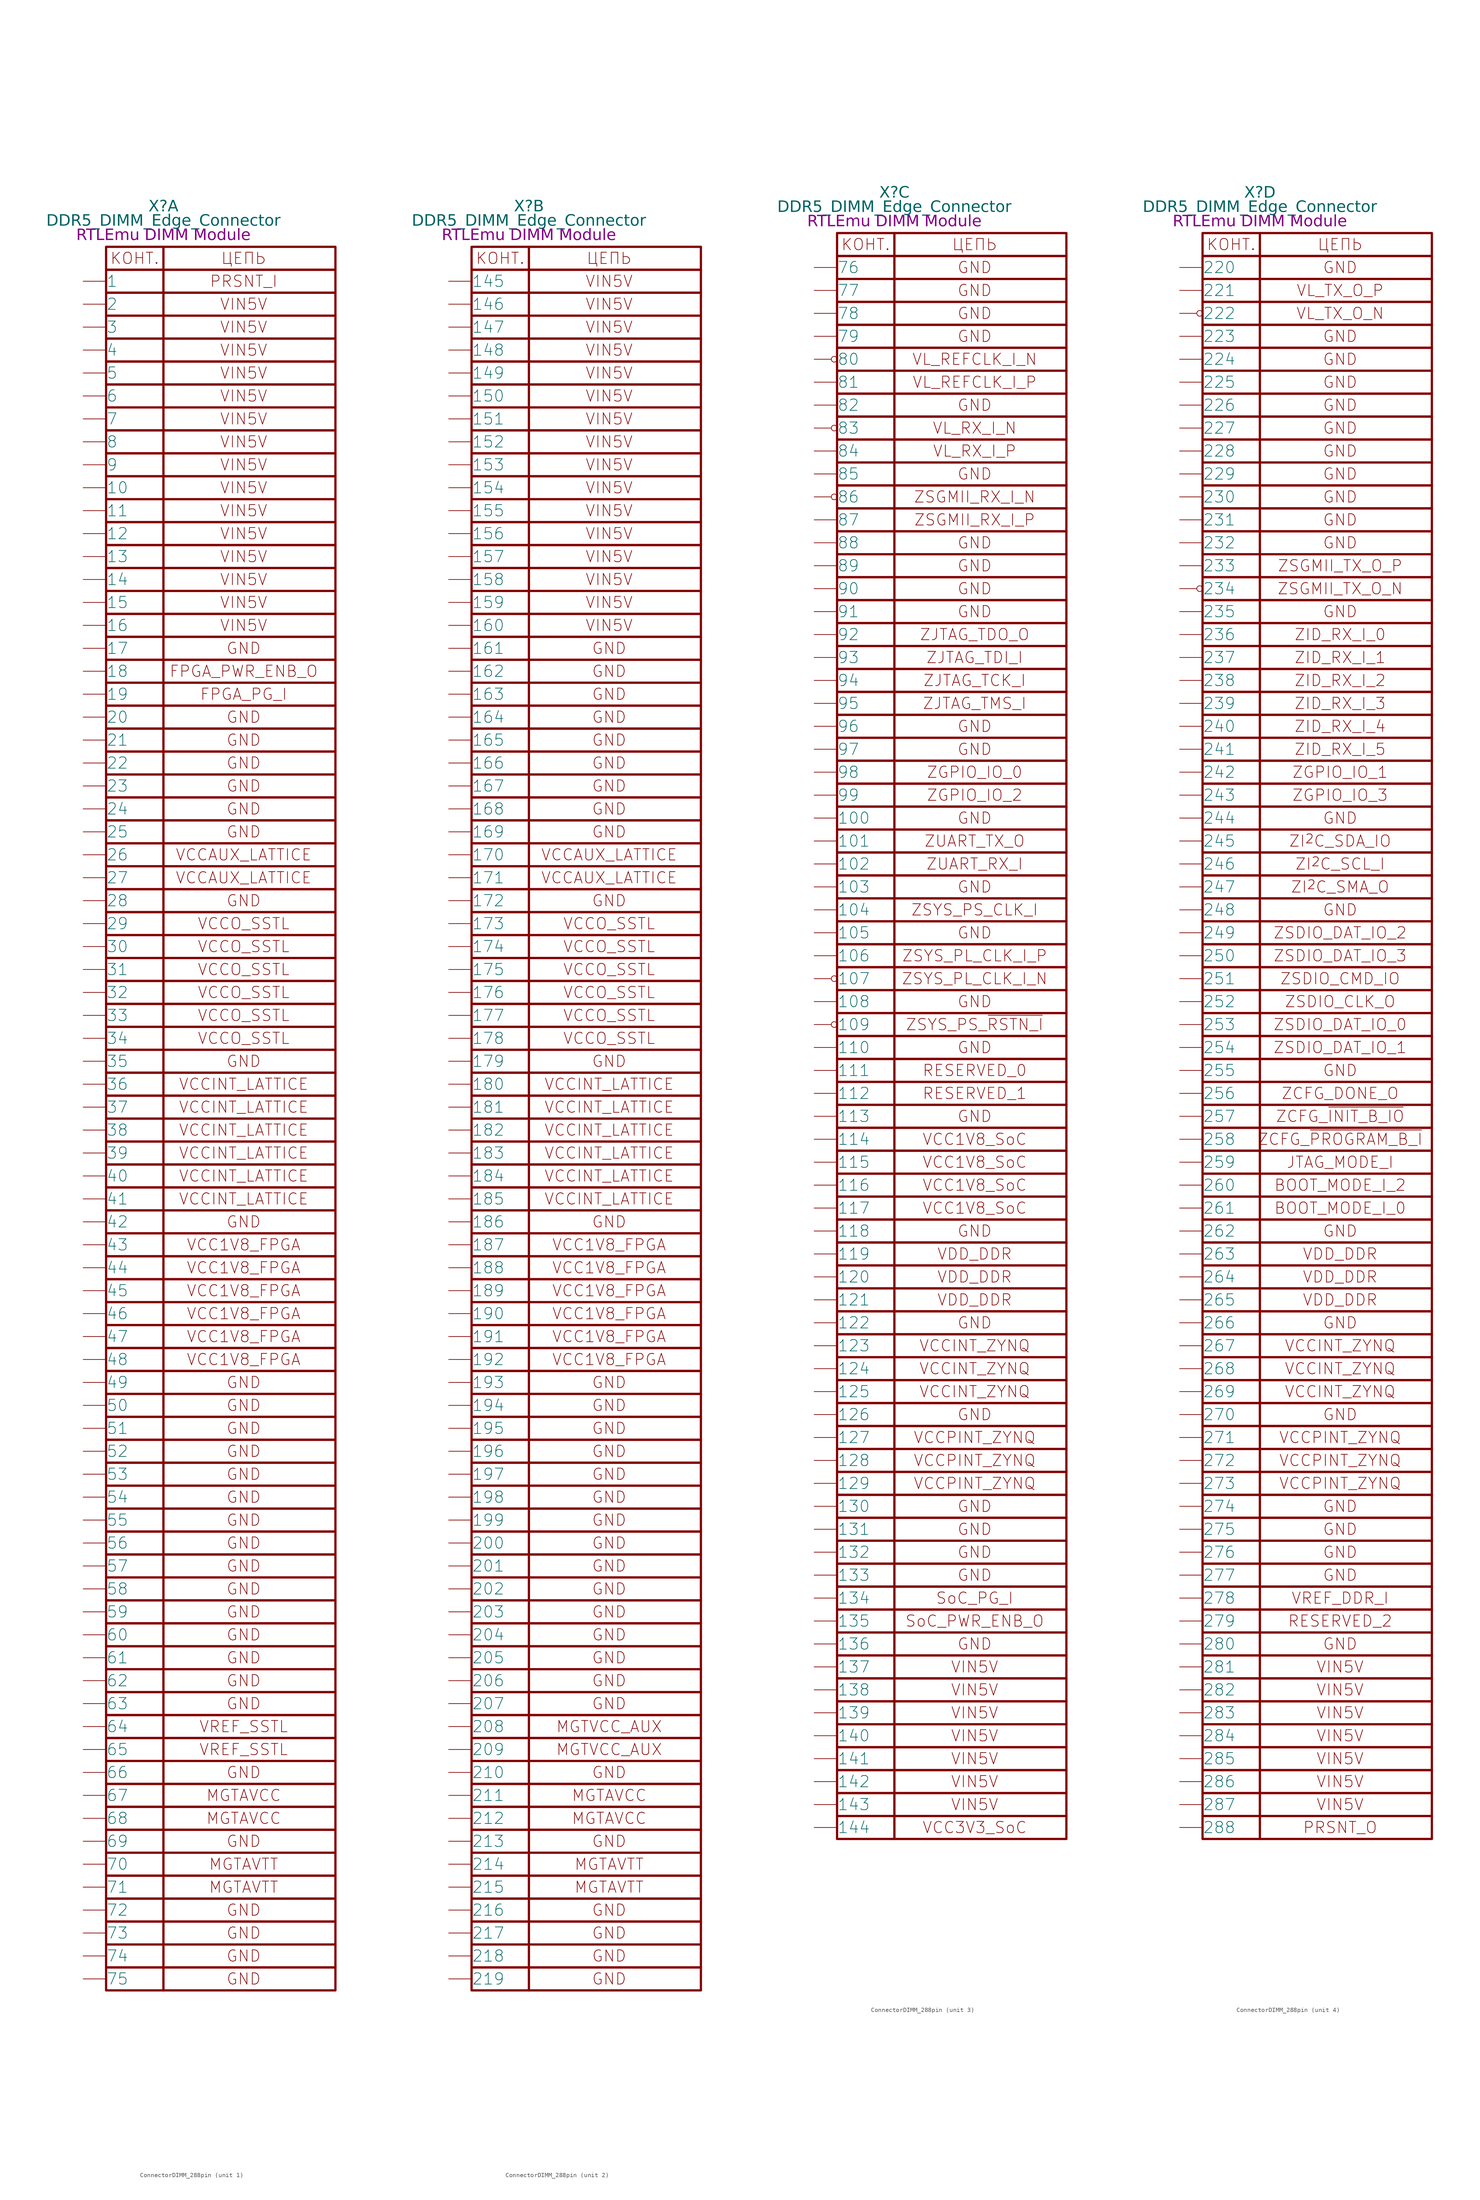
<source format=kicad_sym>
(kicad_symbol_lib
  (version 20241209)
  (generator "kicad_symbol_editor")
  (generator_version "9.0")
  (symbol "ConnectorDIMM_288pin"
    (pin_numbers
      (hide yes))
    (pin_names
      (offset 0.025))
    (property "Reference" "X"
      (at 0 191.77 0)
      (effects (font (face "GOST type A") (size 2.5 2.5) (italic yes))))
    (property "Value" "DDR5_DIMM_Edge_Connector"
      (at 0 188.595 0)
      (effects (font (face "GOST type A") (size 2.5 2.5) (italic yes))))
    (property "Name" "RTLEmu DIMM Module"
      (at 0 185.42 0)
      (effects (font (face "GOST type A") (size 2.489 2.489) (italic yes))))
    (property "ki_locked" ""
      (at 0 0 0)
      (effects (font (size 1.27 1.27))))
    (symbol "ConnectorDIMM_288pin_0_1"
      (rectangle (start -12.7 182.88) (end 0 177.8) (stroke (width 0.5) (type default)) (fill (type none)))
      (rectangle (start 0 182.88) (end 38.1 177.8) (stroke (width 0.5) (type default)) (fill (type none)))
      (text "КОНТ." (at -6.35 180.34 0) (effects (font (size 2.5 2.5))))
      (text "ЦЕПЬ" (at 17.78 180.34 0) (effects (font (size 2.5 2.5)))))
    (symbol "ConnectorDIMM_288pin_1_1"
      (rectangle (start -12.7 177.8) (end 0 172.72) (stroke (width 0.5) (type default)) (fill (type none)))
      (rectangle (start -12.7 172.72) (end 0 167.64) (stroke (width 0.5) (type default)) (fill (type none)))
      (rectangle (start -12.7 167.64) (end 0 162.56) (stroke (width 0.5) (type default)) (fill (type none)))
      (rectangle (start -12.7 162.56) (end 0 157.48) (stroke (width 0.5) (type default)) (fill (type none)))
      (rectangle (start -12.7 157.48) (end 0 152.4) (stroke (width 0.5) (type default)) (fill (type none)))
      (rectangle (start -12.7 152.4) (end 0 147.32) (stroke (width 0.5) (type default)) (fill (type none)))
      (rectangle (start -12.7 147.32) (end 0 142.24) (stroke (width 0.5) (type default)) (fill (type none)))
      (rectangle (start -12.7 142.24) (end 0 137.16) (stroke (width 0.5) (type default)) (fill (type none)))
      (rectangle (start -12.7 137.16) (end 0 132.08) (stroke (width 0.5) (type default)) (fill (type none)))
      (rectangle (start -12.7 132.08) (end 0 127) (stroke (width 0.5) (type default)) (fill (type none)))
      (rectangle (start -12.7 127) (end 0 121.92) (stroke (width 0.5) (type default)) (fill (type none)))
      (rectangle (start -12.7 121.92) (end 0 116.84) (stroke (width 0.5) (type default)) (fill (type none)))
      (rectangle (start -12.7 116.84) (end 0 111.76) (stroke (width 0.5) (type default)) (fill (type none)))
      (rectangle (start -12.7 111.76) (end 0 106.68) (stroke (width 0.5) (type default)) (fill (type none)))
      (rectangle (start -12.7 106.68) (end 0 101.6) (stroke (width 0.5) (type default)) (fill (type none)))
      (rectangle (start -12.7 101.6) (end 0 96.52) (stroke (width 0.5) (type default)) (fill (type none)))
      (rectangle (start -12.7 96.52) (end 0 91.44) (stroke (width 0.5) (type default)) (fill (type none)))
      (rectangle (start -12.7 91.44) (end 0 86.36) (stroke (width 0.5) (type default)) (fill (type none)))
      (rectangle (start -12.7 86.36) (end 0 81.28) (stroke (width 0.5) (type default)) (fill (type none)))
      (rectangle (start -12.7 81.28) (end 0 76.2) (stroke (width 0.5) (type default)) (fill (type none)))
      (rectangle (start -12.7 76.2) (end 0 71.12) (stroke (width 0.5) (type default)) (fill (type none)))
      (rectangle (start -12.7 71.12) (end 0 66.04) (stroke (width 0.5) (type default)) (fill (type none)))
      (rectangle (start -12.7 66.04) (end 0 60.96) (stroke (width 0.5) (type default)) (fill (type none)))
      (rectangle (start -12.7 60.96) (end 0 55.88) (stroke (width 0.5) (type default)) (fill (type none)))
      (rectangle (start -12.7 55.88) (end 0 50.8) (stroke (width 0.5) (type default)) (fill (type none)))
      (rectangle (start -12.7 50.8) (end 0 45.72) (stroke (width 0.5) (type default)) (fill (type none)))
      (rectangle (start -12.7 45.72) (end 0 40.64) (stroke (width 0.5) (type default)) (fill (type none)))
      (rectangle (start -12.7 40.64) (end 0 35.56) (stroke (width 0.5) (type default)) (fill (type none)))
      (rectangle (start -12.7 35.56) (end 0 30.48) (stroke (width 0.5) (type default)) (fill (type none)))
      (rectangle (start -12.7 30.48) (end 0 25.4) (stroke (width 0.5) (type default)) (fill (type none)))
      (rectangle (start -12.7 25.4) (end 0 20.32) (stroke (width 0.5) (type default)) (fill (type none)))
      (rectangle (start -12.7 20.32) (end 0 15.24) (stroke (width 0.5) (type default)) (fill (type none)))
      (rectangle (start -12.7 15.24) (end 0 10.16) (stroke (width 0.5) (type default)) (fill (type none)))
      (rectangle (start -12.7 10.16) (end 0 5.08) (stroke (width 0.5) (type default)) (fill (type none)))
      (rectangle (start -12.7 5.08) (end 0 0) (stroke (width 0.5) (type default)) (fill (type none)))
      (rectangle (start -12.7 0) (end 0 -5.08) (stroke (width 0.5) (type default)) (fill (type none)))
      (rectangle (start -12.7 -5.08) (end 0 -10.16) (stroke (width 0.5) (type default)) (fill (type none)))
      (rectangle (start -12.7 -10.16) (end 0 -15.24) (stroke (width 0.5) (type default)) (fill (type none)))
      (rectangle (start -12.7 -15.24) (end 0 -20.32) (stroke (width 0.5) (type default)) (fill (type none)))
      (rectangle (start -12.7 -20.32) (end 0 -25.4) (stroke (width 0.5) (type default)) (fill (type none)))
      (rectangle (start -12.7 -25.4) (end 0 -30.48) (stroke (width 0.5) (type default)) (fill (type none)))
      (rectangle (start -12.7 -30.48) (end 0 -35.56) (stroke (width 0.5) (type default)) (fill (type none)))
      (rectangle (start -12.7 -35.56) (end 0 -40.64) (stroke (width 0.5) (type default)) (fill (type none)))
      (rectangle (start -12.7 -40.64) (end 0 -45.72) (stroke (width 0.5) (type default)) (fill (type none)))
      (rectangle (start -12.7 -45.72) (end 0 -50.8) (stroke (width 0.5) (type default)) (fill (type none)))
      (rectangle (start -12.7 -50.8) (end 0 -55.88) (stroke (width 0.5) (type default)) (fill (type none)))
      (rectangle (start -12.7 -55.88) (end 0 -60.96) (stroke (width 0.5) (type default)) (fill (type none)))
      (rectangle (start -12.7 -60.96) (end 0 -66.04) (stroke (width 0.5) (type default)) (fill (type none)))
      (rectangle (start -12.7 -66.04) (end 0 -71.12) (stroke (width 0.5) (type default)) (fill (type none)))
      (rectangle (start -12.7 -71.12) (end 0 -76.2) (stroke (width 0.5) (type default)) (fill (type none)))
      (rectangle (start -12.7 -76.2) (end 0 -81.28) (stroke (width 0.5) (type default)) (fill (type none)))
      (rectangle (start -12.7 -81.28) (end 0 -86.36) (stroke (width 0.5) (type default)) (fill (type none)))
      (rectangle (start -12.7 -86.36) (end 0 -91.44) (stroke (width 0.5) (type default)) (fill (type none)))
      (rectangle (start -12.7 -91.44) (end 0 -96.52) (stroke (width 0.5) (type default)) (fill (type none)))
      (rectangle (start -12.7 -96.52) (end 0 -101.6) (stroke (width 0.5) (type default)) (fill (type none)))
      (rectangle (start -12.7 -101.6) (end 0 -106.68) (stroke (width 0.5) (type default)) (fill (type none)))
      (rectangle (start -12.7 -106.68) (end 0 -111.76) (stroke (width 0.5) (type default)) (fill (type none)))
      (rectangle (start -12.7 -111.76) (end 0 -116.84) (stroke (width 0.5) (type default)) (fill (type none)))
      (rectangle (start -12.7 -116.84) (end 0 -121.92) (stroke (width 0.5) (type default)) (fill (type none)))
      (rectangle (start -12.7 -121.92) (end 0 -127) (stroke (width 0.5) (type default)) (fill (type none)))
      (rectangle (start -12.7 -127) (end 0 -132.08) (stroke (width 0.5) (type default)) (fill (type none)))
      (rectangle (start -12.7 -132.08) (end 0 -137.16) (stroke (width 0.5) (type default)) (fill (type none)))
      (rectangle (start -12.7 -137.16) (end 0 -142.24) (stroke (width 0.5) (type default)) (fill (type none)))
      (rectangle (start -12.7 -142.24) (end 0 -147.32) (stroke (width 0.5) (type default)) (fill (type none)))
      (rectangle (start -12.7 -147.32) (end 0 -152.4) (stroke (width 0.5) (type default)) (fill (type none)))
      (rectangle (start -12.7 -152.4) (end 0 -157.48) (stroke (width 0.5) (type default)) (fill (type none)))
      (rectangle (start -12.7 -157.48) (end 0 -162.56) (stroke (width 0.5) (type default)) (fill (type none)))
      (rectangle (start -12.7 -162.56) (end 0 -167.64) (stroke (width 0.5) (type default)) (fill (type none)))
      (rectangle (start -12.7 -167.64) (end 0 -172.72) (stroke (width 0.5) (type default)) (fill (type none)))
      (rectangle (start -12.7 -172.72) (end 0 -177.8) (stroke (width 0.5) (type default)) (fill (type none)))
      (rectangle (start -12.7 -177.8) (end 0 -182.88) (stroke (width 0.5) (type default)) (fill (type none)))
      (rectangle (start -12.7 -182.88) (end 0 -187.96) (stroke (width 0.5) (type default)) (fill (type none)))
      (rectangle (start -12.7 -187.96) (end 0 -193.04) (stroke (width 0.5) (type default)) (fill (type none)))
      (rectangle (start -12.7 -193.04) (end 0 -198.12) (stroke (width 0.5) (type default)) (fill (type none)))
      (rectangle (start -12.7 -198.12) (end 0 -203.2) (stroke (width 0.5) (type default)) (fill (type none)))
      (rectangle (start 0 177.8) (end 38.1 172.72) (stroke (width 0.5) (type default)) (fill (type none)))
      (rectangle (start 0 172.72) (end 38.1 167.64) (stroke (width 0.5) (type default)) (fill (type none)))
      (rectangle (start 0 167.64) (end 38.1 162.56) (stroke (width 0.5) (type default)) (fill (type none)))
      (rectangle (start 0 162.56) (end 38.1 157.48) (stroke (width 0.5) (type default)) (fill (type none)))
      (rectangle (start 0 157.48) (end 38.1 152.4) (stroke (width 0.5) (type default)) (fill (type none)))
      (rectangle (start 0 152.4) (end 38.1 147.32) (stroke (width 0.5) (type default)) (fill (type none)))
      (rectangle (start 0 147.32) (end 38.1 142.24) (stroke (width 0.5) (type default)) (fill (type none)))
      (rectangle (start 0 142.24) (end 38.1 137.16) (stroke (width 0.5) (type default)) (fill (type none)))
      (rectangle (start 0 137.16) (end 38.1 132.08) (stroke (width 0.5) (type default)) (fill (type none)))
      (rectangle (start 0 132.08) (end 38.1 127) (stroke (width 0.5) (type default)) (fill (type none)))
      (rectangle (start 0 127) (end 38.1 121.92) (stroke (width 0.5) (type default)) (fill (type none)))
      (rectangle (start 0 121.92) (end 38.1 116.84) (stroke (width 0.5) (type default)) (fill (type none)))
      (rectangle (start 0 116.84) (end 38.1 111.76) (stroke (width 0.5) (type default)) (fill (type none)))
      (rectangle (start 0 111.76) (end 38.1 106.68) (stroke (width 0.5) (type default)) (fill (type none)))
      (rectangle (start 0 106.68) (end 38.1 101.6) (stroke (width 0.5) (type default)) (fill (type none)))
      (rectangle (start 0 101.6) (end 38.1 96.52) (stroke (width 0.5) (type default)) (fill (type none)))
      (rectangle (start 0 96.52) (end 38.1 91.44) (stroke (width 0.5) (type default)) (fill (type none)))
      (rectangle (start 0 91.44) (end 38.1 86.36) (stroke (width 0.5) (type default)) (fill (type none)))
      (rectangle (start 0 86.36) (end 38.1 81.28) (stroke (width 0.5) (type default)) (fill (type none)))
      (rectangle (start 0 81.28) (end 38.1 76.2) (stroke (width 0.5) (type default)) (fill (type none)))
      (rectangle (start 0 76.2) (end 38.1 71.12) (stroke (width 0.5) (type default)) (fill (type none)))
      (rectangle (start 0 71.12) (end 38.1 66.04) (stroke (width 0.5) (type default)) (fill (type none)))
      (rectangle (start 0 66.04) (end 38.1 60.96) (stroke (width 0.5) (type default)) (fill (type none)))
      (rectangle (start 0 60.96) (end 38.1 55.88) (stroke (width 0.5) (type default)) (fill (type none)))
      (rectangle (start 0 55.88) (end 38.1 50.8) (stroke (width 0.5) (type default)) (fill (type none)))
      (rectangle (start 0 50.8) (end 38.1 45.72) (stroke (width 0.5) (type default)) (fill (type none)))
      (rectangle (start 0 45.72) (end 38.1 40.64) (stroke (width 0.5) (type default)) (fill (type none)))
      (rectangle (start 0 40.64) (end 38.1 35.56) (stroke (width 0.5) (type default)) (fill (type none)))
      (rectangle (start 0 35.56) (end 38.1 30.48) (stroke (width 0.5) (type default)) (fill (type none)))
      (rectangle (start 0 30.48) (end 38.1 25.4) (stroke (width 0.5) (type default)) (fill (type none)))
      (rectangle (start 0 25.4) (end 38.1 20.32) (stroke (width 0.5) (type default)) (fill (type none)))
      (rectangle (start 0 20.32) (end 38.1 15.24) (stroke (width 0.5) (type default)) (fill (type none)))
      (rectangle (start 0 15.24) (end 38.1 10.16) (stroke (width 0.5) (type default)) (fill (type none)))
      (rectangle (start 0 10.16) (end 38.1 5.08) (stroke (width 0.5) (type default)) (fill (type none)))
      (rectangle (start 0 5.08) (end 38.1 0) (stroke (width 0.5) (type default)) (fill (type none)))
      (rectangle (start 0 0) (end 38.1 -5.08) (stroke (width 0.5) (type default)) (fill (type none)))
      (rectangle (start 0 -5.08) (end 38.1 -10.16) (stroke (width 0.5) (type default)) (fill (type none)))
      (rectangle (start 0 -10.16) (end 38.1 -15.24) (stroke (width 0.5) (type default)) (fill (type none)))
      (rectangle (start 0 -15.24) (end 38.1 -20.32) (stroke (width 0.5) (type default)) (fill (type none)))
      (rectangle (start 0 -20.32) (end 38.1 -25.4) (stroke (width 0.5) (type default)) (fill (type none)))
      (rectangle (start 0 -25.4) (end 38.1 -30.48) (stroke (width 0.5) (type default)) (fill (type none)))
      (rectangle (start 0 -30.48) (end 38.1 -35.56) (stroke (width 0.5) (type default)) (fill (type none)))
      (rectangle (start 0 -35.56) (end 38.1 -40.64) (stroke (width 0.5) (type default)) (fill (type none)))
      (rectangle (start 0 -40.64) (end 38.1 -45.72) (stroke (width 0.5) (type default)) (fill (type none)))
      (rectangle (start 0 -45.72) (end 38.1 -50.8) (stroke (width 0.5) (type default)) (fill (type none)))
      (rectangle (start 0 -50.8) (end 38.1 -55.88) (stroke (width 0.5) (type default)) (fill (type none)))
      (rectangle (start 0 -55.88) (end 38.1 -60.96) (stroke (width 0.5) (type default)) (fill (type none)))
      (rectangle (start 0 -60.96) (end 38.1 -66.04) (stroke (width 0.5) (type default)) (fill (type none)))
      (rectangle (start 0 -66.04) (end 38.1 -71.12) (stroke (width 0.5) (type default)) (fill (type none)))
      (rectangle (start 0 -71.12) (end 38.1 -76.2) (stroke (width 0.5) (type default)) (fill (type none)))
      (rectangle (start 0 -76.2) (end 38.1 -81.28) (stroke (width 0.5) (type default)) (fill (type none)))
      (rectangle (start 0 -81.28) (end 38.1 -86.36) (stroke (width 0.5) (type default)) (fill (type none)))
      (rectangle (start 0 -86.36) (end 38.1 -91.44) (stroke (width 0.5) (type default)) (fill (type none)))
      (rectangle (start 0 -91.44) (end 38.1 -96.52) (stroke (width 0.5) (type default)) (fill (type none)))
      (rectangle (start 0 -96.52) (end 38.1 -101.6) (stroke (width 0.5) (type default)) (fill (type none)))
      (rectangle (start 0 -101.6) (end 38.1 -106.68) (stroke (width 0.5) (type default)) (fill (type none)))
      (rectangle (start 0 -106.68) (end 38.1 -111.76) (stroke (width 0.5) (type default)) (fill (type none)))
      (rectangle (start 0 -111.76) (end 38.1 -116.84) (stroke (width 0.5) (type default)) (fill (type none)))
      (rectangle (start 0 -116.84) (end 38.1 -121.92) (stroke (width 0.5) (type default)) (fill (type none)))
      (rectangle (start 0 -121.92) (end 38.1 -127) (stroke (width 0.5) (type default)) (fill (type none)))
      (rectangle (start 0 -127) (end 38.1 -132.08) (stroke (width 0.5) (type default)) (fill (type none)))
      (rectangle (start 0 -132.08) (end 38.1 -137.16) (stroke (width 0.5) (type default)) (fill (type none)))
      (rectangle (start 0 -137.16) (end 38.1 -142.24) (stroke (width 0.5) (type default)) (fill (type none)))
      (rectangle (start 0 -142.24) (end 38.1 -147.32) (stroke (width 0.5) (type default)) (fill (type none)))
      (rectangle (start 0 -147.32) (end 38.1 -152.4) (stroke (width 0.5) (type default)) (fill (type none)))
      (rectangle (start 0 -152.4) (end 38.1 -157.48) (stroke (width 0.5) (type default)) (fill (type none)))
      (rectangle (start 0 -157.48) (end 38.1 -162.56) (stroke (width 0.5) (type default)) (fill (type none)))
      (rectangle (start 0 -162.56) (end 38.1 -167.64) (stroke (width 0.5) (type default)) (fill (type none)))
      (rectangle (start 0 -167.64) (end 38.1 -172.72) (stroke (width 0.5) (type default)) (fill (type none)))
      (rectangle (start 0 -172.72) (end 38.1 -177.8) (stroke (width 0.5) (type default)) (fill (type none)))
      (rectangle (start 0 -177.8) (end 38.1 -182.88) (stroke (width 0.5) (type default)) (fill (type none)))
      (rectangle (start 0 -182.88) (end 38.1 -187.96) (stroke (width 0.5) (type default)) (fill (type none)))
      (rectangle (start 0 -187.96) (end 38.1 -193.04) (stroke (width 0.5) (type default)) (fill (type none)))
      (rectangle (start 0 -193.04) (end 38.1 -198.12) (stroke (width 0.5) (type default)) (fill (type none)))
      (rectangle (start 0 -198.12) (end 38.1 -203.2) (stroke (width 0.5) (type default)) (fill (type none)))
      (text "PRSNT_I" (at 17.78 175.26 0) (effects (font (size 2.5 2.5))))
      (text "VIN5V" (at 17.78 170.18 0) (effects (font (size 2.5 2.5))))
      (text "VIN5V" (at 17.78 165.1 0) (effects (font (size 2.5 2.5))))
      (text "VIN5V" (at 17.78 160.02 0) (effects (font (size 2.5 2.5))))
      (text "VIN5V" (at 17.78 154.94 0) (effects (font (size 2.5 2.5))))
      (text "VIN5V" (at 17.78 149.86 0) (effects (font (size 2.5 2.5))))
      (text "VIN5V" (at 17.78 144.78 0) (effects (font (size 2.5 2.5))))
      (text "VIN5V" (at 17.78 139.7 0) (effects (font (size 2.5 2.5))))
      (text "VIN5V" (at 17.78 134.62 0) (effects (font (size 2.5 2.5))))
      (text "VIN5V" (at 17.78 129.54 0) (effects (font (size 2.5 2.5))))
      (text "VIN5V" (at 17.78 124.46 0) (effects (font (size 2.5 2.5))))
      (text "VIN5V" (at 17.78 119.38 0) (effects (font (size 2.5 2.5))))
      (text "VIN5V" (at 17.78 114.3 0) (effects (font (size 2.5 2.5))))
      (text "VIN5V" (at 17.78 109.22 0) (effects (font (size 2.5 2.5))))
      (text "VIN5V" (at 17.78 104.14 0) (effects (font (size 2.5 2.5))))
      (text "VIN5V" (at 17.78 99.06 0) (effects (font (size 2.5 2.5))))
      (text "GND" (at 17.78 93.98 0) (effects (font (size 2.5 2.5))))
      (text "FPGA_PWR_ENB_O" (at 17.78 88.9 0) (effects (font (size 2.5 2.5))))
      (text "FPGA_PG_I" (at 17.78 83.82 0) (effects (font (size 2.5 2.5))))
      (text "GND" (at 17.78 78.74 0) (effects (font (size 2.5 2.5))))
      (text "GND" (at 17.78 73.66 0) (effects (font (size 2.5 2.5))))
      (text "GND" (at 17.78 68.58 0) (effects (font (size 2.5 2.5))))
      (text "GND" (at 17.78 63.5 0) (effects (font (size 2.5 2.5))))
      (text "GND" (at 17.78 58.42 0) (effects (font (size 2.5 2.5))))
      (text "GND" (at 17.78 53.34 0) (effects (font (size 2.5 2.5))))
      (text "VCCAUX_LATTICE" (at 17.78 48.26 0) (effects (font (size 2.5 2.5))))
      (text "VCCAUX_LATTICE" (at 17.78 43.18 0) (effects (font (size 2.5 2.5))))
      (text "GND" (at 17.78 38.1 0) (effects (font (size 2.5 2.5))))
      (text "VCCO_SSTL" (at 17.78 33.02 0) (effects (font (size 2.5 2.5))))
      (text "VCCO_SSTL" (at 17.78 27.94 0) (effects (font (size 2.5 2.5))))
      (text "VCCO_SSTL" (at 17.78 22.86 0) (effects (font (size 2.5 2.5))))
      (text "VCCO_SSTL" (at 17.78 17.78 0) (effects (font (size 2.5 2.5))))
      (text "VCCO_SSTL" (at 17.78 12.7 0) (effects (font (size 2.5 2.5))))
      (text "VCCO_SSTL" (at 17.78 7.62 0) (effects (font (size 2.5 2.5))))
      (text "GND" (at 17.78 2.54 0) (effects (font (size 2.5 2.5))))
      (text "VCCINT_LATTICE" (at 17.78 -2.54 0) (effects (font (size 2.5 2.5))))
      (text "VCCINT_LATTICE" (at 17.78 -7.62 0) (effects (font (size 2.5 2.5))))
      (text "VCCINT_LATTICE" (at 17.78 -12.7 0) (effects (font (size 2.5 2.5))))
      (text "VCCINT_LATTICE" (at 17.78 -17.78 0) (effects (font (size 2.5 2.5))))
      (text "VCCINT_LATTICE\n" (at 17.78 -22.86 0) (effects (font (size 2.5 2.5))))
      (text "VCCINT_LATTICE" (at 17.78 -27.94 0) (effects (font (size 2.5 2.5))))
      (text "GND" (at 17.78 -33.02 0) (effects (font (size 2.5 2.5))))
      (text "VCC1V8_FPGA" (at 17.78 -38.1 0) (effects (font (size 2.5 2.5))))
      (text "VCC1V8_FPGA" (at 17.78 -43.18 0) (effects (font (size 2.5 2.5))))
      (text "VCC1V8_FPGA" (at 17.78 -48.26 0) (effects (font (size 2.5 2.5))))
      (text "VCC1V8_FPGA" (at 17.78 -53.34 0) (effects (font (size 2.5 2.5))))
      (text "VCC1V8_FPGA" (at 17.78 -58.42 0) (effects (font (size 2.5 2.5))))
      (text "VCC1V8_FPGA" (at 17.78 -63.5 0) (effects (font (size 2.5 2.5))))
      (text "GND" (at 17.78 -68.58 0) (effects (font (size 2.5 2.5))))
      (text "GND" (at 17.78 -73.66 0) (effects (font (size 2.5 2.5))))
      (text "GND" (at 17.78 -78.74 0) (effects (font (size 2.5 2.5))))
      (text "GND" (at 17.78 -83.82 0) (effects (font (size 2.5 2.5))))
      (text "GND" (at 17.78 -88.9 0) (effects (font (size 2.5 2.5))))
      (text "GND" (at 17.78 -93.98 0) (effects (font (size 2.5 2.5))))
      (text "GND" (at 17.78 -99.06 0) (effects (font (size 2.5 2.5))))
      (text "GND" (at 17.78 -104.14 0) (effects (font (size 2.5 2.5))))
      (text "GND" (at 17.78 -109.22 0) (effects (font (size 2.5 2.5))))
      (text "GND" (at 17.78 -114.3 0) (effects (font (size 2.5 2.5))))
      (text "GND" (at 17.78 -119.38 0) (effects (font (size 2.5 2.5))))
      (text "GND" (at 17.78 -124.46 0) (effects (font (size 2.5 2.5))))
      (text "GND" (at 17.78 -129.54 0) (effects (font (size 2.5 2.5))))
      (text "GND" (at 17.78 -134.62 0) (effects (font (size 2.5 2.5))))
      (text "GND" (at 17.78 -139.7 0) (effects (font (size 2.5 2.5))))
      (text "VREF_SSTL" (at 17.78 -144.78 0) (effects (font (size 2.5 2.5))))
      (text "VREF_SSTL" (at 17.78 -149.86 0) (effects (font (size 2.5 2.5))))
      (text "GND" (at 17.78 -154.94 0) (effects (font (size 2.5 2.5))))
      (text "MGTAVCC" (at 17.78 -160.02 0) (effects (font (size 2.5 2.5))))
      (text "MGTAVCC" (at 17.78 -165.1 0) (effects (font (size 2.5 2.5))))
      (text "GND" (at 17.78 -170.18 0) (effects (font (size 2.5 2.5))))
      (text "MGTAVTT" (at 17.78 -175.26 0) (effects (font (size 2.5 2.5))))
      (text "MGTAVTT" (at 17.78 -180.34 0) (effects (font (size 2.5 2.5))))
      (text "GND" (at 17.78 -185.42 0) (effects (font (size 2.5 2.5))))
      (text "GND" (at 17.78 -190.5 0) (effects (font (size 2.5 2.5))))
      (text "GND" (at 17.78 -195.58 0) (effects (font (size 2.5 2.5))))
      (text "GND" (at 17.78 -200.66 0) (effects (font (size 2.5 2.5))))
      (pin passive line (at -17.78 175.26 0) (length 5.08) (name "1" (effects (font (size 2.5 2.5)))) (number "1" (effects (font (size 2.5 2.5)))))
      (pin passive line (at -17.78 170.18 0) (length 5.08) (name "2" (effects (font (size 2.5 2.5)))) (number "2" (effects (font (size 2.5 2.5)))))
      (pin passive line (at -17.78 165.1 0) (length 5.08) (name "3" (effects (font (size 2.5 2.5)))) (number "3" (effects (font (size 2.5 2.5)))))
      (pin passive line (at -17.78 160.02 0) (length 5.08) (name "4" (effects (font (size 2.5 2.5)))) (number "4" (effects (font (size 2.5 2.5)))))
      (pin passive line (at -17.78 154.94 0) (length 5.08) (name "5" (effects (font (size 2.5 2.5)))) (number "5" (effects (font (size 2.5 2.5)))))
      (pin passive line (at -17.78 149.86 0) (length 5.08) (name "6" (effects (font (size 2.5 2.5)))) (number "6" (effects (font (size 2.5 2.5)))))
      (pin passive line (at -17.78 144.78 0) (length 5.08) (name "7" (effects (font (size 2.5 2.5)))) (number "7" (effects (font (size 2.5 2.5)))))
      (pin passive line (at -17.78 139.7 0) (length 5.08) (name "8" (effects (font (size 2.5 2.5)))) (number "8" (effects (font (size 2.5 2.5)))))
      (pin passive line (at -17.78 134.62 0) (length 5.08) (name "9" (effects (font (size 2.5 2.5)))) (number "9" (effects (font (size 2.5 2.5)))))
      (pin passive line (at -17.78 129.54 0) (length 5.08) (name "10" (effects (font (size 2.5 2.5)))) (number "10" (effects (font (size 2.5 2.5)))))
      (pin passive line (at -17.78 124.46 0) (length 5.08) (name "11" (effects (font (size 2.5 2.5)))) (number "11" (effects (font (size 2.5 2.5)))))
      (pin passive line (at -17.78 119.38 0) (length 5.08) (name "12" (effects (font (size 2.5 2.5)))) (number "12" (effects (font (size 2.5 2.5)))))
      (pin passive line (at -17.78 114.3 0) (length 5.08) (name "13" (effects (font (size 2.5 2.5)))) (number "13" (effects (font (size 2.5 2.5)))))
      (pin passive line (at -17.78 109.22 0) (length 5.08) (name "14" (effects (font (size 2.5 2.5)))) (number "14" (effects (font (size 2.5 2.5)))))
      (pin passive line (at -17.78 104.14 0) (length 5.08) (name "15" (effects (font (size 2.5 2.5)))) (number "15" (effects (font (size 2.5 2.5)))))
      (pin passive line (at -17.78 99.06 0) (length 5.08) (name "16" (effects (font (size 2.5 2.5)))) (number "16" (effects (font (size 2.5 2.5)))))
      (pin passive line (at -17.78 93.98 0) (length 5.08) (name "17" (effects (font (size 2.5 2.5)))) (number "17" (effects (font (size 2.5 2.5)))))
      (pin output line (at -17.78 88.9 0) (length 5.08) (name "18" (effects (font (size 2.5 2.5)))) (number "18" (effects (font (size 2.5 2.5)))))
      (pin input line (at -17.78 83.82 0) (length 5.08) (name "19" (effects (font (size 2.5 2.5)))) (number "19" (effects (font (size 2.5 2.5)))))
      (pin passive line (at -17.78 78.74 0) (length 5.08) (name "20" (effects (font (size 2.5 2.5)))) (number "20" (effects (font (size 2.5 2.5)))))
      (pin passive line (at -17.78 73.66 0) (length 5.08) (name "21" (effects (font (size 2.5 2.5)))) (number "21" (effects (font (size 2.5 2.5)))))
      (pin passive line (at -17.78 68.58 0) (length 5.08) (name "22" (effects (font (size 2.5 2.5)))) (number "22" (effects (font (size 2.5 2.5)))))
      (pin passive line (at -17.78 63.5 0) (length 5.08) (name "23" (effects (font (size 2.5 2.5)))) (number "23" (effects (font (size 2.5 2.5)))))
      (pin passive line (at -17.78 58.42 0) (length 5.08) (name "24" (effects (font (size 2.5 2.5)))) (number "24" (effects (font (size 2.5 2.5)))))
      (pin passive line (at -17.78 53.34 0) (length 5.08) (name "25" (effects (font (size 2.5 2.5)))) (number "25" (effects (font (size 2.5 2.5)))))
      (pin passive line (at -17.78 48.26 0) (length 5.08) (name "26" (effects (font (size 2.5 2.5)))) (number "26" (effects (font (size 2.5 2.5)))))
      (pin passive line (at -17.78 43.18 0) (length 5.08) (name "27" (effects (font (size 2.5 2.5)))) (number "27" (effects (font (size 2.5 2.5)))))
      (pin passive line (at -17.78 38.1 0) (length 5.08) (name "28" (effects (font (size 2.5 2.5)))) (number "28" (effects (font (size 2.5 2.5)))))
      (pin passive line (at -17.78 33.02 0) (length 5.08) (name "29" (effects (font (size 2.5 2.5)))) (number "29" (effects (font (size 2.5 2.5)))))
      (pin passive line (at -17.78 27.94 0) (length 5.08) (name "30" (effects (font (size 2.5 2.5)))) (number "30" (effects (font (size 2.5 2.5)))))
      (pin passive line (at -17.78 22.86 0) (length 5.08) (name "31" (effects (font (size 2.5 2.5)))) (number "31" (effects (font (size 2.5 2.5)))))
      (pin passive line (at -17.78 17.78 0) (length 5.08) (name "32" (effects (font (size 2.5 2.5)))) (number "32" (effects (font (size 2.5 2.5)))))
      (pin passive line (at -17.78 12.7 0) (length 5.08) (name "33" (effects (font (size 2.5 2.5)))) (number "33" (effects (font (size 2.5 2.5)))))
      (pin passive line (at -17.78 7.62 0) (length 5.08) (name "34" (effects (font (size 2.5 2.5)))) (number "34" (effects (font (size 2.5 2.5)))))
      (pin passive line (at -17.78 2.54 0) (length 5.08) (name "35" (effects (font (size 2.5 2.5)))) (number "35" (effects (font (size 2.5 2.5)))))
      (pin passive line (at -17.78 -2.54 0) (length 5.08) (name "36" (effects (font (size 2.5 2.5)))) (number "36" (effects (font (size 2.5 2.5)))))
      (pin passive line (at -17.78 -7.62 0) (length 5.08) (name "37" (effects (font (size 2.5 2.5)))) (number "37" (effects (font (size 2.5 2.5)))))
      (pin passive line (at -17.78 -12.7 0) (length 5.08) (name "38" (effects (font (size 2.5 2.5)))) (number "38" (effects (font (size 2.5 2.5)))))
      (pin passive line (at -17.78 -17.78 0) (length 5.08) (name "39" (effects (font (size 2.5 2.5)))) (number "39" (effects (font (size 2.5 2.5)))))
      (pin passive line (at -17.78 -22.86 0) (length 5.08) (name "40" (effects (font (size 2.5 2.5)))) (number "40" (effects (font (size 2.5 2.5)))))
      (pin passive line (at -17.78 -27.94 0) (length 5.08) (name "41" (effects (font (size 2.5 2.5)))) (number "41" (effects (font (size 2.5 2.5)))))
      (pin passive line (at -17.78 -33.02 0) (length 5.08) (name "42" (effects (font (size 2.5 2.5)))) (number "42" (effects (font (size 2.5 2.5)))))
      (pin passive line (at -17.78 -38.1 0) (length 5.08) (name "43" (effects (font (size 2.5 2.5)))) (number "43" (effects (font (size 2.5 2.5)))))
      (pin passive line (at -17.78 -43.18 0) (length 5.08) (name "44" (effects (font (size 2.5 2.5)))) (number "44" (effects (font (size 2.5 2.5)))))
      (pin passive line (at -17.78 -48.26 0) (length 5.08) (name "45" (effects (font (size 2.5 2.5)))) (number "45" (effects (font (size 2.5 2.5)))))
      (pin passive line (at -17.78 -53.34 0) (length 5.08) (name "46" (effects (font (size 2.5 2.5)))) (number "46" (effects (font (size 2.5 2.5)))))
      (pin passive line (at -17.78 -58.42 0) (length 5.08) (name "47" (effects (font (size 2.5 2.5)))) (number "47" (effects (font (size 2.5 2.5)))))
      (pin passive line (at -17.78 -63.5 0) (length 5.08) (name "48" (effects (font (size 2.5 2.5)))) (number "48" (effects (font (size 2.5 2.5)))))
      (pin passive line (at -17.78 -68.58 0) (length 5.08) (name "49" (effects (font (size 2.5 2.5)))) (number "49" (effects (font (size 2.5 2.5)))))
      (pin passive line (at -17.78 -73.66 0) (length 5.08) (name "50" (effects (font (size 2.5 2.5)))) (number "50" (effects (font (size 2.5 2.5)))))
      (pin passive line (at -17.78 -78.74 0) (length 5.08) (name "51" (effects (font (size 2.5 2.5)))) (number "51" (effects (font (size 2.5 2.5)))))
      (pin passive line (at -17.78 -83.82 0) (length 5.08) (name "52" (effects (font (size 2.5 2.5)))) (number "52" (effects (font (size 2.5 2.5)))))
      (pin passive line (at -17.78 -88.9 0) (length 5.08) (name "53" (effects (font (size 2.5 2.5)))) (number "53" (effects (font (size 2.5 2.5)))))
      (pin passive line (at -17.78 -93.98 0) (length 5.08) (name "54" (effects (font (size 2.5 2.5)))) (number "54" (effects (font (size 2.5 2.5)))))
      (pin passive line (at -17.78 -99.06 0) (length 5.08) (name "55" (effects (font (size 2.5 2.5)))) (number "55" (effects (font (size 2.5 2.5)))))
      (pin passive line (at -17.78 -104.14 0) (length 5.08) (name "56" (effects (font (size 2.5 2.5)))) (number "56" (effects (font (size 2.5 2.5)))))
      (pin passive line (at -17.78 -109.22 0) (length 5.08) (name "57" (effects (font (size 2.5 2.5)))) (number "57" (effects (font (size 2.5 2.5)))))
      (pin passive line (at -17.78 -114.3 0) (length 5.08) (name "58" (effects (font (size 2.5 2.5)))) (number "58" (effects (font (size 2.5 2.5)))))
      (pin passive line (at -17.78 -119.38 0) (length 5.08) (name "59" (effects (font (size 2.5 2.5)))) (number "59" (effects (font (size 2.5 2.5)))))
      (pin passive line (at -17.78 -124.46 0) (length 5.08) (name "60" (effects (font (size 2.5 2.5)))) (number "60" (effects (font (size 2.5 2.5)))))
      (pin passive line (at -17.78 -129.54 0) (length 5.08) (name "61" (effects (font (size 2.5 2.5)))) (number "61" (effects (font (size 2.5 2.5)))))
      (pin passive line (at -17.78 -134.62 0) (length 5.08) (name "62" (effects (font (size 2.5 2.5)))) (number "62" (effects (font (size 2.5 2.5)))))
      (pin passive line (at -17.78 -139.7 0) (length 5.08) (name "63" (effects (font (size 2.5 2.5)))) (number "63" (effects (font (size 2.5 2.5)))))
      (pin passive line (at -17.78 -144.78 0) (length 5.08) (name "64" (effects (font (size 2.5 2.5)))) (number "64" (effects (font (size 2.5 2.5)))))
      (pin passive line (at -17.78 -149.86 0) (length 5.08) (name "65" (effects (font (size 2.5 2.5)))) (number "65" (effects (font (size 2.5 2.5)))))
      (pin passive line (at -17.78 -154.94 0) (length 5.08) (name "66" (effects (font (size 2.5 2.5)))) (number "66" (effects (font (size 2.5 2.5)))))
      (pin passive line (at -17.78 -160.02 0) (length 5.08) (name "67" (effects (font (size 2.5 2.5)))) (number "67" (effects (font (size 2.5 2.5)))))
      (pin passive line (at -17.78 -165.1 0) (length 5.08) (name "68" (effects (font (size 2.5 2.5)))) (number "68" (effects (font (size 2.5 2.5)))))
      (pin passive line (at -17.78 -170.18 0) (length 5.08) (name "69" (effects (font (size 2.5 2.5)))) (number "69" (effects (font (size 2.5 2.5)))))
      (pin passive line (at -17.78 -175.26 0) (length 5.08) (name "70" (effects (font (size 2.5 2.5)))) (number "70" (effects (font (size 2.5 2.5)))))
      (pin passive line (at -17.78 -180.34 0) (length 5.08) (name "71" (effects (font (size 2.5 2.5)))) (number "71" (effects (font (size 2.5 2.5)))))
      (pin passive line (at -17.78 -185.42 0) (length 5.08) (name "72" (effects (font (size 2.5 2.5)))) (number "72" (effects (font (size 2.5 2.5)))))
      (pin passive line (at -17.78 -190.5 0) (length 5.08) (name "73" (effects (font (size 2.5 2.5)))) (number "73" (effects (font (size 2.5 2.5)))))
      (pin passive line (at -17.78 -195.58 0) (length 5.08) (name "74" (effects (font (size 2.5 2.5)))) (number "74" (effects (font (size 2.5 2.5)))))
      (pin passive line (at -17.78 -200.66 0) (length 5.08) (name "75" (effects (font (size 2.5 2.5)))) (number "75" (effects (font (size 2.5 2.5))))))
    (symbol "ConnectorDIMM_288pin_2_1"
      (rectangle (start -12.7 177.8) (end 0 172.72) (stroke (width 0.5) (type default)) (fill (type none)))
      (rectangle (start -12.7 172.72) (end 0 167.64) (stroke (width 0.5) (type default)) (fill (type none)))
      (rectangle (start -12.7 167.64) (end 0 162.56) (stroke (width 0.5) (type default)) (fill (type none)))
      (rectangle (start -12.7 162.56) (end 0 157.48) (stroke (width 0.5) (type default)) (fill (type none)))
      (rectangle (start -12.7 157.48) (end 0 152.4) (stroke (width 0.5) (type default)) (fill (type none)))
      (rectangle (start -12.7 152.4) (end 0 147.32) (stroke (width 0.5) (type default)) (fill (type none)))
      (rectangle (start -12.7 147.32) (end 0 142.24) (stroke (width 0.5) (type default)) (fill (type none)))
      (rectangle (start -12.7 142.24) (end 0 137.16) (stroke (width 0.5) (type default)) (fill (type none)))
      (rectangle (start -12.7 137.16) (end 0 132.08) (stroke (width 0.5) (type default)) (fill (type none)))
      (rectangle (start -12.7 132.08) (end 0 127) (stroke (width 0.5) (type default)) (fill (type none)))
      (rectangle (start -12.7 127) (end 0 121.92) (stroke (width 0.5) (type default)) (fill (type none)))
      (rectangle (start -12.7 121.92) (end 0 116.84) (stroke (width 0.5) (type default)) (fill (type none)))
      (rectangle (start -12.7 116.84) (end 0 111.76) (stroke (width 0.5) (type default)) (fill (type none)))
      (rectangle (start -12.7 111.76) (end 0 106.68) (stroke (width 0.5) (type default)) (fill (type none)))
      (rectangle (start -12.7 106.68) (end 0 101.6) (stroke (width 0.5) (type default)) (fill (type none)))
      (rectangle (start -12.7 101.6) (end 0 96.52) (stroke (width 0.5) (type default)) (fill (type none)))
      (rectangle (start -12.7 96.52) (end 0 91.44) (stroke (width 0.5) (type default)) (fill (type none)))
      (rectangle (start -12.7 91.44) (end 0 86.36) (stroke (width 0.5) (type default)) (fill (type none)))
      (rectangle (start -12.7 86.36) (end 0 81.28) (stroke (width 0.5) (type default)) (fill (type none)))
      (rectangle (start -12.7 81.28) (end 0 76.2) (stroke (width 0.5) (type default)) (fill (type none)))
      (rectangle (start -12.7 76.2) (end 0 71.12) (stroke (width 0.5) (type default)) (fill (type none)))
      (rectangle (start -12.7 71.12) (end 0 66.04) (stroke (width 0.5) (type default)) (fill (type none)))
      (rectangle (start -12.7 66.04) (end 0 60.96) (stroke (width 0.5) (type default)) (fill (type none)))
      (rectangle (start -12.7 60.96) (end 0 55.88) (stroke (width 0.5) (type default)) (fill (type none)))
      (rectangle (start -12.7 55.88) (end 0 50.8) (stroke (width 0.5) (type default)) (fill (type none)))
      (rectangle (start -12.7 50.8) (end 0 45.72) (stroke (width 0.5) (type default)) (fill (type none)))
      (rectangle (start -12.7 45.72) (end 0 40.64) (stroke (width 0.5) (type default)) (fill (type none)))
      (rectangle (start -12.7 40.64) (end 0 35.56) (stroke (width 0.5) (type default)) (fill (type none)))
      (rectangle (start -12.7 35.56) (end 0 30.48) (stroke (width 0.5) (type default)) (fill (type none)))
      (rectangle (start -12.7 30.48) (end 0 25.4) (stroke (width 0.5) (type default)) (fill (type none)))
      (rectangle (start -12.7 25.4) (end 0 20.32) (stroke (width 0.5) (type default)) (fill (type none)))
      (rectangle (start -12.7 20.32) (end 0 15.24) (stroke (width 0.5) (type default)) (fill (type none)))
      (rectangle (start -12.7 15.24) (end 0 10.16) (stroke (width 0.5) (type default)) (fill (type none)))
      (rectangle (start -12.7 10.16) (end 0 5.08) (stroke (width 0.5) (type default)) (fill (type none)))
      (rectangle (start -12.7 5.08) (end 0 0) (stroke (width 0.5) (type default)) (fill (type none)))
      (rectangle (start -12.7 0) (end 0 -5.08) (stroke (width 0.5) (type default)) (fill (type none)))
      (rectangle (start -12.7 -5.08) (end 0 -10.16) (stroke (width 0.5) (type default)) (fill (type none)))
      (rectangle (start -12.7 -10.16) (end 0 -15.24) (stroke (width 0.5) (type default)) (fill (type none)))
      (rectangle (start -12.7 -15.24) (end 0 -20.32) (stroke (width 0.5) (type default)) (fill (type none)))
      (rectangle (start -12.7 -20.32) (end 0 -25.4) (stroke (width 0.5) (type default)) (fill (type none)))
      (rectangle (start -12.7 -25.4) (end 0 -30.48) (stroke (width 0.5) (type default)) (fill (type none)))
      (rectangle (start -12.7 -30.48) (end 0 -35.56) (stroke (width 0.5) (type default)) (fill (type none)))
      (rectangle (start -12.7 -35.56) (end 0 -40.64) (stroke (width 0.5) (type default)) (fill (type none)))
      (rectangle (start -12.7 -40.64) (end 0 -45.72) (stroke (width 0.5) (type default)) (fill (type none)))
      (rectangle (start -12.7 -45.72) (end 0 -50.8) (stroke (width 0.5) (type default)) (fill (type none)))
      (rectangle (start -12.7 -50.8) (end 0 -55.88) (stroke (width 0.5) (type default)) (fill (type none)))
      (rectangle (start -12.7 -55.88) (end 0 -60.96) (stroke (width 0.5) (type default)) (fill (type none)))
      (rectangle (start -12.7 -60.96) (end 0 -66.04) (stroke (width 0.5) (type default)) (fill (type none)))
      (rectangle (start -12.7 -66.04) (end 0 -71.12) (stroke (width 0.5) (type default)) (fill (type none)))
      (rectangle (start -12.7 -71.12) (end 0 -76.2) (stroke (width 0.5) (type default)) (fill (type none)))
      (rectangle (start -12.7 -76.2) (end 0 -81.28) (stroke (width 0.5) (type default)) (fill (type none)))
      (rectangle (start -12.7 -81.28) (end 0 -86.36) (stroke (width 0.5) (type default)) (fill (type none)))
      (rectangle (start -12.7 -86.36) (end 0 -91.44) (stroke (width 0.5) (type default)) (fill (type none)))
      (rectangle (start -12.7 -91.44) (end 0 -96.52) (stroke (width 0.5) (type default)) (fill (type none)))
      (rectangle (start -12.7 -96.52) (end 0 -101.6) (stroke (width 0.5) (type default)) (fill (type none)))
      (rectangle (start -12.7 -101.6) (end 0 -106.68) (stroke (width 0.5) (type default)) (fill (type none)))
      (rectangle (start -12.7 -106.68) (end 0 -111.76) (stroke (width 0.5) (type default)) (fill (type none)))
      (rectangle (start -12.7 -111.76) (end 0 -116.84) (stroke (width 0.5) (type default)) (fill (type none)))
      (rectangle (start -12.7 -116.84) (end 0 -121.92) (stroke (width 0.5) (type default)) (fill (type none)))
      (rectangle (start -12.7 -121.92) (end 0 -127) (stroke (width 0.5) (type default)) (fill (type none)))
      (rectangle (start -12.7 -127) (end 0 -132.08) (stroke (width 0.5) (type default)) (fill (type none)))
      (rectangle (start -12.7 -132.08) (end 0 -137.16) (stroke (width 0.5) (type default)) (fill (type none)))
      (rectangle (start -12.7 -137.16) (end 0 -142.24) (stroke (width 0.5) (type default)) (fill (type none)))
      (rectangle (start -12.7 -142.24) (end 0 -147.32) (stroke (width 0.5) (type default)) (fill (type none)))
      (rectangle (start -12.7 -147.32) (end 0 -152.4) (stroke (width 0.5) (type default)) (fill (type none)))
      (rectangle (start -12.7 -152.4) (end 0 -157.48) (stroke (width 0.5) (type default)) (fill (type none)))
      (rectangle (start -12.7 -157.48) (end 0 -162.56) (stroke (width 0.5) (type default)) (fill (type none)))
      (rectangle (start -12.7 -162.56) (end 0 -167.64) (stroke (width 0.5) (type default)) (fill (type none)))
      (rectangle (start -12.7 -167.64) (end 0 -172.72) (stroke (width 0.5) (type default)) (fill (type none)))
      (rectangle (start -12.7 -172.72) (end 0 -177.8) (stroke (width 0.5) (type default)) (fill (type none)))
      (rectangle (start -12.7 -177.8) (end 0 -182.88) (stroke (width 0.5) (type default)) (fill (type none)))
      (rectangle (start -12.7 -182.88) (end 0 -187.96) (stroke (width 0.5) (type default)) (fill (type none)))
      (rectangle (start -12.7 -187.96) (end 0 -193.04) (stroke (width 0.5) (type default)) (fill (type none)))
      (rectangle (start -12.7 -193.04) (end 0 -198.12) (stroke (width 0.5) (type default)) (fill (type none)))
      (rectangle (start -12.7 -198.12) (end 0 -203.2) (stroke (width 0.5) (type default)) (fill (type none)))
      (rectangle (start 0 172.72) (end 38.1 177.8) (stroke (width 0.5) (type default)) (fill (type none)))
      (rectangle (start 0 167.64) (end 38.1 172.72) (stroke (width 0.5) (type default)) (fill (type none)))
      (rectangle (start 0 162.56) (end 38.1 167.64) (stroke (width 0.5) (type default)) (fill (type none)))
      (rectangle (start 0 157.48) (end 38.1 162.56) (stroke (width 0.5) (type default)) (fill (type none)))
      (rectangle (start 0 152.4) (end 38.1 157.48) (stroke (width 0.5) (type default)) (fill (type none)))
      (rectangle (start 0 147.32) (end 38.1 152.4) (stroke (width 0.5) (type default)) (fill (type none)))
      (rectangle (start 0 142.24) (end 38.1 147.32) (stroke (width 0.5) (type default)) (fill (type none)))
      (rectangle (start 0 137.16) (end 38.1 142.24) (stroke (width 0.5) (type default)) (fill (type none)))
      (rectangle (start 0 132.08) (end 38.1 137.16) (stroke (width 0.5) (type default)) (fill (type none)))
      (rectangle (start 0 127) (end 38.1 132.08) (stroke (width 0.5) (type default)) (fill (type none)))
      (rectangle (start 0 121.92) (end 38.1 127) (stroke (width 0.5) (type default)) (fill (type none)))
      (rectangle (start 0 116.84) (end 38.1 121.92) (stroke (width 0.5) (type default)) (fill (type none)))
      (rectangle (start 0 111.76) (end 38.1 116.84) (stroke (width 0.5) (type default)) (fill (type none)))
      (rectangle (start 0 106.68) (end 38.1 111.76) (stroke (width 0.5) (type default)) (fill (type none)))
      (rectangle (start 0 101.6) (end 38.1 106.68) (stroke (width 0.5) (type default)) (fill (type none)))
      (rectangle (start 0 96.52) (end 38.1 101.6) (stroke (width 0.5) (type default)) (fill (type none)))
      (rectangle (start 0 91.44) (end 38.1 96.52) (stroke (width 0.5) (type default)) (fill (type none)))
      (rectangle (start 0 86.36) (end 38.1 91.44) (stroke (width 0.5) (type default)) (fill (type none)))
      (rectangle (start 0 81.28) (end 38.1 86.36) (stroke (width 0.5) (type default)) (fill (type none)))
      (rectangle (start 0 76.2) (end 38.1 81.28) (stroke (width 0.5) (type default)) (fill (type none)))
      (rectangle (start 0 71.12) (end 38.1 76.2) (stroke (width 0.5) (type default)) (fill (type none)))
      (rectangle (start 0 66.04) (end 38.1 71.12) (stroke (width 0.5) (type default)) (fill (type none)))
      (rectangle (start 0 60.96) (end 38.1 66.04) (stroke (width 0.5) (type default)) (fill (type none)))
      (rectangle (start 0 55.88) (end 38.1 60.96) (stroke (width 0.5) (type default)) (fill (type none)))
      (rectangle (start 0 50.8) (end 38.1 55.88) (stroke (width 0.5) (type default)) (fill (type none)))
      (rectangle (start 0 45.72) (end 38.1 50.8) (stroke (width 0.5) (type default)) (fill (type none)))
      (rectangle (start 0 40.64) (end 38.1 45.72) (stroke (width 0.5) (type default)) (fill (type none)))
      (rectangle (start 0 35.56) (end 38.1 40.64) (stroke (width 0.5) (type default)) (fill (type none)))
      (rectangle (start 0 30.48) (end 38.1 35.56) (stroke (width 0.5) (type default)) (fill (type none)))
      (rectangle (start 0 25.4) (end 38.1 30.48) (stroke (width 0.5) (type default)) (fill (type none)))
      (rectangle (start 0 20.32) (end 38.1 25.4) (stroke (width 0.5) (type default)) (fill (type none)))
      (rectangle (start 0 15.24) (end 38.1 20.32) (stroke (width 0.5) (type default)) (fill (type none)))
      (rectangle (start 0 10.16) (end 38.1 15.24) (stroke (width 0.5) (type default)) (fill (type none)))
      (rectangle (start 0 5.08) (end 38.1 10.16) (stroke (width 0.5) (type default)) (fill (type none)))
      (rectangle (start 0 0) (end 38.1 5.08) (stroke (width 0.5) (type default)) (fill (type none)))
      (rectangle (start 0 -5.08) (end 38.1 0) (stroke (width 0.5) (type default)) (fill (type none)))
      (rectangle (start 0 -10.16) (end 38.1 -5.08) (stroke (width 0.5) (type default)) (fill (type none)))
      (rectangle (start 0 -15.24) (end 38.1 -10.16) (stroke (width 0.5) (type default)) (fill (type none)))
      (rectangle (start 0 -15.24) (end 38.1 -20.32) (stroke (width 0.5) (type default)) (fill (type none)))
      (rectangle (start 0 -20.32) (end 38.1 -25.4) (stroke (width 0.5) (type default)) (fill (type none)))
      (rectangle (start 0 -30.48) (end 38.1 -25.4) (stroke (width 0.5) (type default)) (fill (type none)))
      (rectangle (start 0 -35.56) (end 38.1 -30.48) (stroke (width 0.5) (type default)) (fill (type none)))
      (rectangle (start 0 -40.64) (end 38.1 -35.56) (stroke (width 0.5) (type default)) (fill (type none)))
      (rectangle (start 0 -45.72) (end 38.1 -40.64) (stroke (width 0.5) (type default)) (fill (type none)))
      (rectangle (start 0 -50.8) (end 38.1 -45.72) (stroke (width 0.5) (type default)) (fill (type none)))
      (rectangle (start 0 -55.88) (end 38.1 -50.8) (stroke (width 0.5) (type default)) (fill (type none)))
      (rectangle (start 0 -60.96) (end 38.1 -55.88) (stroke (width 0.5) (type default)) (fill (type none)))
      (rectangle (start 0 -66.04) (end 38.1 -60.96) (stroke (width 0.5) (type default)) (fill (type none)))
      (rectangle (start 0 -71.12) (end 38.1 -66.04) (stroke (width 0.5) (type default)) (fill (type none)))
      (rectangle (start 0 -76.2) (end 38.1 -71.12) (stroke (width 0.5) (type default)) (fill (type none)))
      (rectangle (start 0 -81.28) (end 38.1 -76.2) (stroke (width 0.5) (type default)) (fill (type none)))
      (rectangle (start 0 -86.36) (end 38.1 -81.28) (stroke (width 0.5) (type default)) (fill (type none)))
      (rectangle (start 0 -91.44) (end 38.1 -86.36) (stroke (width 0.5) (type default)) (fill (type none)))
      (rectangle (start 0 -96.52) (end 38.1 -91.44) (stroke (width 0.5) (type default)) (fill (type none)))
      (rectangle (start 0 -101.6) (end 38.1 -96.52) (stroke (width 0.5) (type default)) (fill (type none)))
      (rectangle (start 0 -106.68) (end 38.1 -101.6) (stroke (width 0.5) (type default)) (fill (type none)))
      (rectangle (start 0 -111.76) (end 38.1 -106.68) (stroke (width 0.5) (type default)) (fill (type none)))
      (rectangle (start 0 -116.84) (end 38.1 -111.76) (stroke (width 0.5) (type default)) (fill (type none)))
      (rectangle (start 0 -121.92) (end 38.1 -116.84) (stroke (width 0.5) (type default)) (fill (type none)))
      (rectangle (start 0 -127) (end 38.1 -121.92) (stroke (width 0.5) (type default)) (fill (type none)))
      (rectangle (start 0 -132.08) (end 38.1 -127) (stroke (width 0.5) (type default)) (fill (type none)))
      (rectangle (start 0 -137.16) (end 38.1 -132.08) (stroke (width 0.5) (type default)) (fill (type none)))
      (rectangle (start 0 -142.24) (end 38.1 -137.16) (stroke (width 0.5) (type default)) (fill (type none)))
      (rectangle (start 0 -147.32) (end 38.1 -142.24) (stroke (width 0.5) (type default)) (fill (type none)))
      (rectangle (start 0 -152.4) (end 38.1 -147.32) (stroke (width 0.5) (type default)) (fill (type none)))
      (rectangle (start 0 -157.48) (end 38.1 -152.4) (stroke (width 0.5) (type default)) (fill (type none)))
      (rectangle (start 0 -162.56) (end 38.1 -157.48) (stroke (width 0.5) (type default)) (fill (type none)))
      (rectangle (start 0 -167.64) (end 38.1 -162.56) (stroke (width 0.5) (type default)) (fill (type none)))
      (rectangle (start 0 -172.72) (end 38.1 -167.64) (stroke (width 0.5) (type default)) (fill (type none)))
      (rectangle (start 0 -177.8) (end 38.1 -172.72) (stroke (width 0.5) (type default)) (fill (type none)))
      (rectangle (start 0 -182.88) (end 38.1 -177.8) (stroke (width 0.5) (type default)) (fill (type none)))
      (rectangle (start 0 -187.96) (end 38.1 -182.88) (stroke (width 0.5) (type default)) (fill (type none)))
      (rectangle (start 0 -193.04) (end 38.1 -187.96) (stroke (width 0.5) (type default)) (fill (type none)))
      (rectangle (start 0 -198.12) (end 38.1 -193.04) (stroke (width 0.5) (type default)) (fill (type none)))
      (rectangle (start 0 -203.2) (end 38.1 -198.12) (stroke (width 0.5) (type default)) (fill (type none)))
      (text "VIN5V" (at 17.78 175.26 0) (effects (font (size 2.5 2.5))))
      (text "VIN5V" (at 17.78 170.18 0) (effects (font (size 2.5 2.5))))
      (text "VIN5V" (at 17.78 165.1 0) (effects (font (size 2.5 2.5))))
      (text "VIN5V" (at 17.78 160.02 0) (effects (font (size 2.5 2.5))))
      (text "VIN5V" (at 17.78 154.94 0) (effects (font (size 2.5 2.5))))
      (text "VIN5V" (at 17.78 149.86 0) (effects (font (size 2.5 2.5))))
      (text "VIN5V" (at 17.78 144.78 0) (effects (font (size 2.5 2.5))))
      (text "VIN5V" (at 17.78 139.7 0) (effects (font (size 2.5 2.5))))
      (text "VIN5V" (at 17.78 134.62 0) (effects (font (size 2.5 2.5))))
      (text "VIN5V" (at 17.78 129.54 0) (effects (font (size 2.5 2.5))))
      (text "VIN5V" (at 17.78 124.46 0) (effects (font (size 2.5 2.5))))
      (text "VIN5V" (at 17.78 119.38 0) (effects (font (size 2.5 2.5))))
      (text "VIN5V" (at 17.78 114.3 0) (effects (font (size 2.5 2.5))))
      (text "VIN5V" (at 17.78 109.22 0) (effects (font (size 2.5 2.5))))
      (text "VIN5V" (at 17.78 104.14 0) (effects (font (size 2.5 2.5))))
      (text "VIN5V" (at 17.78 99.06 0) (effects (font (size 2.5 2.5))))
      (text "GND" (at 17.78 93.98 0) (effects (font (size 2.5 2.5))))
      (text "GND" (at 17.78 88.9 0) (effects (font (size 2.5 2.5))))
      (text "GND" (at 17.78 83.82 0) (effects (font (size 2.5 2.5))))
      (text "GND" (at 17.78 78.74 0) (effects (font (size 2.5 2.5))))
      (text "GND" (at 17.78 73.66 0) (effects (font (size 2.5 2.5))))
      (text "GND" (at 17.78 68.58 0) (effects (font (size 2.5 2.5))))
      (text "GND" (at 17.78 63.5 0) (effects (font (size 2.5 2.5))))
      (text "GND" (at 17.78 58.42 0) (effects (font (size 2.5 2.5))))
      (text "GND" (at 17.78 53.34 0) (effects (font (size 2.5 2.5))))
      (text "VCCAUX_LATTICE" (at 17.78 48.26 0) (effects (font (size 2.5 2.5))))
      (text "VCCAUX_LATTICE" (at 17.78 43.18 0) (effects (font (size 2.5 2.5))))
      (text "GND" (at 17.78 38.1 0) (effects (font (size 2.5 2.5))))
      (text "VCCO_SSTL" (at 17.78 33.02 0) (effects (font (size 2.5 2.5))))
      (text "VCCO_SSTL" (at 17.78 27.94 0) (effects (font (size 2.5 2.5))))
      (text "VCCO_SSTL" (at 17.78 22.86 0) (effects (font (size 2.5 2.5))))
      (text "VCCO_SSTL" (at 17.78 17.78 0) (effects (font (size 2.5 2.5))))
      (text "VCCO_SSTL" (at 17.78 12.7 0) (effects (font (size 2.5 2.5))))
      (text "VCCO_SSTL" (at 17.78 7.62 0) (effects (font (size 2.5 2.5))))
      (text "GND" (at 17.78 2.54 0) (effects (font (size 2.5 2.5))))
      (text "VCCINT_LATTICE" (at 17.78 -2.54 0) (effects (font (size 2.5 2.5))))
      (text "VCCINT_LATTICE" (at 17.78 -7.62 0) (effects (font (size 2.5 2.5))))
      (text "VCCINT_LATTICE" (at 17.78 -12.7 0) (effects (font (size 2.5 2.5))))
      (text "VCCINT_LATTICE" (at 17.78 -17.78 0) (effects (font (size 2.5 2.5))))
      (text "VCCINT_LATTICE" (at 17.78 -22.86 0) (effects (font (size 2.5 2.5))))
      (text "VCCINT_LATTICE" (at 17.78 -27.94 0) (effects (font (size 2.5 2.5))))
      (text "GND" (at 17.78 -33.02 0) (effects (font (size 2.5 2.5))))
      (text "VCC1V8_FPGA" (at 17.78 -38.1 0) (effects (font (size 2.5 2.5))))
      (text "VCC1V8_FPGA" (at 17.78 -43.18 0) (effects (font (size 2.5 2.5))))
      (text "VCC1V8_FPGA" (at 17.78 -48.26 0) (effects (font (size 2.5 2.5))))
      (text "VCC1V8_FPGA" (at 17.78 -53.34 0) (effects (font (size 2.5 2.5))))
      (text "VCC1V8_FPGA" (at 17.78 -58.42 0) (effects (font (size 2.5 2.5))))
      (text "VCC1V8_FPGA" (at 17.78 -63.5 0) (effects (font (size 2.5 2.5))))
      (text "GND" (at 17.78 -68.58 0) (effects (font (size 2.5 2.5))))
      (text "GND" (at 17.78 -73.66 0) (effects (font (size 2.5 2.5))))
      (text "GND" (at 17.78 -78.74 0) (effects (font (size 2.5 2.5))))
      (text "GND" (at 17.78 -83.82 0) (effects (font (size 2.5 2.5))))
      (text "GND" (at 17.78 -88.9 0) (effects (font (size 2.5 2.5))))
      (text "GND" (at 17.78 -93.98 0) (effects (font (size 2.5 2.5))))
      (text "GND" (at 17.78 -99.06 0) (effects (font (size 2.5 2.5))))
      (text "GND" (at 17.78 -104.14 0) (effects (font (size 2.5 2.5))))
      (text "GND" (at 17.78 -109.22 0) (effects (font (size 2.5 2.5))))
      (text "GND" (at 17.78 -114.3 0) (effects (font (size 2.5 2.5))))
      (text "GND" (at 17.78 -119.38 0) (effects (font (size 2.5 2.5))))
      (text "GND" (at 17.78 -124.46 0) (effects (font (size 2.5 2.5))))
      (text "GND" (at 17.78 -129.54 0) (effects (font (size 2.5 2.5))))
      (text "GND" (at 17.78 -134.62 0) (effects (font (size 2.5 2.5))))
      (text "GND" (at 17.78 -139.7 0) (effects (font (size 2.5 2.5))))
      (text "MGTVCC_AUX" (at 17.78 -144.78 0) (effects (font (size 2.5 2.5))))
      (text "MGTVCC_AUX" (at 17.78 -149.86 0) (effects (font (size 2.5 2.5))))
      (text "GND" (at 17.78 -154.94 0) (effects (font (size 2.5 2.5))))
      (text "MGTAVCC" (at 17.78 -160.02 0) (effects (font (size 2.5 2.5))))
      (text "MGTAVCC" (at 17.78 -165.1 0) (effects (font (size 2.5 2.5))))
      (text "GND" (at 17.78 -170.18 0) (effects (font (size 2.5 2.5))))
      (text "MGTAVTT" (at 17.78 -175.26 0) (effects (font (size 2.5 2.5))))
      (text "MGTAVTT" (at 17.78 -180.34 0) (effects (font (size 2.5 2.5))))
      (text "GND" (at 17.78 -185.42 0) (effects (font (size 2.5 2.5))))
      (text "GND" (at 17.78 -190.5 0) (effects (font (size 2.5 2.5))))
      (text "GND" (at 17.78 -195.58 0) (effects (font (size 2.5 2.5))))
      (text "GND" (at 17.78 -200.66 0) (effects (font (size 2.5 2.5))))
      (pin passive line (at -17.78 175.26 0) (length 5.08) (name "145" (effects (font (size 2.5 2.5)))) (number "145" (effects (font (size 2.5 2.5)))))
      (pin passive line (at -17.78 170.18 0) (length 5.08) (name "146" (effects (font (size 2.5 2.5)))) (number "146" (effects (font (size 2.5 2.5)))))
      (pin passive line (at -17.78 165.1 0) (length 5.08) (name "147" (effects (font (size 2.5 2.5)))) (number "147" (effects (font (size 2.5 2.5)))))
      (pin passive line (at -17.78 160.02 0) (length 5.08) (name "148" (effects (font (size 2.5 2.5)))) (number "148" (effects (font (size 2.5 2.5)))))
      (pin passive line (at -17.78 154.94 0) (length 5.08) (name "149" (effects (font (size 2.5 2.5)))) (number "149" (effects (font (size 2.5 2.5)))))
      (pin passive line (at -17.78 149.86 0) (length 5.08) (name "150" (effects (font (size 2.5 2.5)))) (number "150" (effects (font (size 2.5 2.5)))))
      (pin passive line (at -17.78 144.78 0) (length 5.08) (name "151" (effects (font (size 2.5 2.5)))) (number "151" (effects (font (size 2.5 2.5)))))
      (pin passive line (at -17.78 139.7 0) (length 5.08) (name "152" (effects (font (size 2.5 2.5)))) (number "152" (effects (font (size 2.5 2.5)))))
      (pin passive line (at -17.78 134.62 0) (length 5.08) (name "153" (effects (font (size 2.5 2.5)))) (number "153" (effects (font (size 2.5 2.5)))))
      (pin passive line (at -17.78 129.54 0) (length 5.08) (name "154" (effects (font (size 2.5 2.5)))) (number "154" (effects (font (size 2.5 2.5)))))
      (pin passive line (at -17.78 124.46 0) (length 5.08) (name "155" (effects (font (size 2.5 2.5)))) (number "155" (effects (font (size 2.5 2.5)))))
      (pin passive line (at -17.78 119.38 0) (length 5.08) (name "156" (effects (font (size 2.5 2.5)))) (number "156" (effects (font (size 2.5 2.5)))))
      (pin passive line (at -17.78 114.3 0) (length 5.08) (name "157" (effects (font (size 2.5 2.5)))) (number "157" (effects (font (size 2.5 2.5)))))
      (pin passive line (at -17.78 109.22 0) (length 5.08) (name "158" (effects (font (size 2.5 2.5)))) (number "158" (effects (font (size 2.5 2.5)))))
      (pin passive line (at -17.78 104.14 0) (length 5.08) (name "159" (effects (font (size 2.5 2.5)))) (number "159" (effects (font (size 2.5 2.5)))))
      (pin passive line (at -17.78 99.06 0) (length 5.08) (name "160" (effects (font (size 2.5 2.5)))) (number "160" (effects (font (size 2.5 2.5)))))
      (pin passive line (at -17.78 93.98 0) (length 5.08) (name "161" (effects (font (size 2.5 2.5)))) (number "161" (effects (font (size 2.5 2.5)))))
      (pin passive line (at -17.78 88.9 0) (length 5.08) (name "162" (effects (font (size 2.5 2.5)))) (number "162" (effects (font (size 2.5 2.5)))))
      (pin passive line (at -17.78 83.82 0) (length 5.08) (name "163" (effects (font (size 2.5 2.5)))) (number "163" (effects (font (size 2.5 2.5)))))
      (pin passive line (at -17.78 78.74 0) (length 5.08) (name "164" (effects (font (size 2.5 2.5)))) (number "164" (effects (font (size 2.5 2.5)))))
      (pin passive line (at -17.78 73.66 0) (length 5.08) (name "165" (effects (font (size 2.5 2.5)))) (number "165" (effects (font (size 2.5 2.5)))))
      (pin passive line (at -17.78 68.58 0) (length 5.08) (name "166" (effects (font (size 2.5 2.5)))) (number "166" (effects (font (size 2.5 2.5)))))
      (pin passive line (at -17.78 63.5 0) (length 5.08) (name "167" (effects (font (size 2.5 2.5)))) (number "167" (effects (font (size 2.5 2.5)))))
      (pin passive line (at -17.78 58.42 0) (length 5.08) (name "168" (effects (font (size 2.5 2.5)))) (number "168" (effects (font (size 2.5 2.5)))))
      (pin passive line (at -17.78 53.34 0) (length 5.08) (name "169" (effects (font (size 2.5 2.5)))) (number "169" (effects (font (size 2.5 2.5)))))
      (pin passive line (at -17.78 48.26 0) (length 5.08) (name "170" (effects (font (size 2.5 2.5)))) (number "170" (effects (font (size 2.5 2.5)))))
      (pin passive line (at -17.78 43.18 0) (length 5.08) (name "171" (effects (font (size 2.5 2.5)))) (number "171" (effects (font (size 2.5 2.5)))))
      (pin passive line (at -17.78 38.1 0) (length 5.08) (name "172" (effects (font (size 2.5 2.5)))) (number "172" (effects (font (size 2.5 2.5)))))
      (pin passive line (at -17.78 33.02 0) (length 5.08) (name "173" (effects (font (size 2.5 2.5)))) (number "173" (effects (font (size 2.5 2.5)))))
      (pin passive line (at -17.78 27.94 0) (length 5.08) (name "174" (effects (font (size 2.5 2.5)))) (number "174" (effects (font (size 2.5 2.5)))))
      (pin passive line (at -17.78 22.86 0) (length 5.08) (name "175" (effects (font (size 2.5 2.5)))) (number "175" (effects (font (size 2.5 2.5)))))
      (pin passive line (at -17.78 17.78 0) (length 5.08) (name "176" (effects (font (size 2.5 2.5)))) (number "176" (effects (font (size 2.5 2.5)))))
      (pin passive line (at -17.78 12.7 0) (length 5.08) (name "177" (effects (font (size 2.5 2.5)))) (number "177" (effects (font (size 2.5 2.5)))))
      (pin passive line (at -17.78 7.62 0) (length 5.08) (name "178" (effects (font (size 2.5 2.5)))) (number "178" (effects (font (size 2.5 2.5)))))
      (pin passive line (at -17.78 2.54 0) (length 5.08) (name "179" (effects (font (size 2.5 2.5)))) (number "179" (effects (font (size 2.5 2.5)))))
      (pin passive line (at -17.78 -2.54 0) (length 5.08) (name "180" (effects (font (size 2.5 2.5)))) (number "180" (effects (font (size 2.5 2.5)))))
      (pin passive line (at -17.78 -7.62 0) (length 5.08) (name "181" (effects (font (size 2.5 2.5)))) (number "181" (effects (font (size 2.5 2.5)))))
      (pin passive line (at -17.78 -12.7 0) (length 5.08) (name "182" (effects (font (size 2.5 2.5)))) (number "182" (effects (font (size 2.5 2.5)))))
      (pin passive line (at -17.78 -17.78 0) (length 5.08) (name "183" (effects (font (size 2.5 2.5)))) (number "183" (effects (font (size 2.5 2.5)))))
      (pin passive line (at -17.78 -22.86 0) (length 5.08) (name "184" (effects (font (size 2.5 2.5)))) (number "184" (effects (font (size 2.5 2.5)))))
      (pin passive line (at -17.78 -27.94 0) (length 5.08) (name "185" (effects (font (size 2.5 2.5)))) (number "185" (effects (font (size 2.5 2.5)))))
      (pin passive line (at -17.78 -33.02 0) (length 5.08) (name "186" (effects (font (size 2.5 2.5)))) (number "186" (effects (font (size 2.5 2.5)))))
      (pin passive line (at -17.78 -38.1 0) (length 5.08) (name "187" (effects (font (size 2.5 2.5)))) (number "187" (effects (font (size 2.5 2.5)))))
      (pin passive line (at -17.78 -43.18 0) (length 5.08) (name "188" (effects (font (size 2.5 2.5)))) (number "188" (effects (font (size 2.5 2.5)))))
      (pin passive line (at -17.78 -48.26 0) (length 5.08) (name "189" (effects (font (size 2.5 2.5)))) (number "189" (effects (font (size 2.5 2.5)))))
      (pin passive line (at -17.78 -53.34 0) (length 5.08) (name "190" (effects (font (size 2.5 2.5)))) (number "190" (effects (font (size 2.5 2.5)))))
      (pin passive line (at -17.78 -58.42 0) (length 5.08) (name "191" (effects (font (size 2.5 2.5)))) (number "191" (effects (font (size 2.5 2.5)))))
      (pin passive line (at -17.78 -63.5 0) (length 5.08) (name "192" (effects (font (size 2.5 2.5)))) (number "192" (effects (font (size 2.5 2.5)))))
      (pin passive line (at -17.78 -68.58 0) (length 5.08) (name "193" (effects (font (size 2.5 2.5)))) (number "193" (effects (font (size 2.5 2.5)))))
      (pin passive line (at -17.78 -73.66 0) (length 5.08) (name "194" (effects (font (size 2.5 2.5)))) (number "194" (effects (font (size 2.5 2.5)))))
      (pin passive line (at -17.78 -78.74 0) (length 5.08) (name "195" (effects (font (size 2.5 2.5)))) (number "195" (effects (font (size 2.5 2.5)))))
      (pin passive line (at -17.78 -83.82 0) (length 5.08) (name "196" (effects (font (size 2.5 2.5)))) (number "196" (effects (font (size 2.5 2.5)))))
      (pin passive line (at -17.78 -88.9 0) (length 5.08) (name "197" (effects (font (size 2.5 2.5)))) (number "197" (effects (font (size 2.5 2.5)))))
      (pin passive line (at -17.78 -93.98 0) (length 5.08) (name "198" (effects (font (size 2.5 2.5)))) (number "198" (effects (font (size 2.5 2.5)))))
      (pin passive line (at -17.78 -99.06 0) (length 5.08) (name "199" (effects (font (size 2.5 2.5)))) (number "199" (effects (font (size 2.5 2.5)))))
      (pin passive line (at -17.78 -104.14 0) (length 5.08) (name "200" (effects (font (size 2.5 2.5)))) (number "200" (effects (font (size 2.5 2.5)))))
      (pin passive line (at -17.78 -109.22 0) (length 5.08) (name "201" (effects (font (size 2.5 2.5)))) (number "201" (effects (font (size 2.5 2.5)))))
      (pin passive line (at -17.78 -114.3 0) (length 5.08) (name "202" (effects (font (size 2.5 2.5)))) (number "202" (effects (font (size 2.5 2.5)))))
      (pin passive line (at -17.78 -119.38 0) (length 5.08) (name "203" (effects (font (size 2.5 2.5)))) (number "203" (effects (font (size 2.5 2.5)))))
      (pin passive line (at -17.78 -124.46 0) (length 5.08) (name "204" (effects (font (size 2.5 2.5)))) (number "204" (effects (font (size 2.5 2.5)))))
      (pin passive line (at -17.78 -129.54 0) (length 5.08) (name "205" (effects (font (size 2.5 2.5)))) (number "205" (effects (font (size 2.5 2.5)))))
      (pin passive line (at -17.78 -134.62 0) (length 5.08) (name "206" (effects (font (size 2.5 2.5)))) (number "206" (effects (font (size 2.5 2.5)))))
      (pin passive line (at -17.78 -139.7 0) (length 5.08) (name "207" (effects (font (size 2.5 2.5)))) (number "207" (effects (font (size 2.5 2.5)))))
      (pin passive line (at -17.78 -144.78 0) (length 5.08) (name "208" (effects (font (size 2.5 2.5)))) (number "208" (effects (font (size 2.5 2.5)))))
      (pin passive line (at -17.78 -149.86 0) (length 5.08) (name "209" (effects (font (size 2.5 2.5)))) (number "209" (effects (font (size 2.5 2.5)))))
      (pin passive line (at -17.78 -154.94 0) (length 5.08) (name "210" (effects (font (size 2.5 2.5)))) (number "210" (effects (font (size 2.5 2.5)))))
      (pin passive line (at -17.78 -160.02 0) (length 5.08) (name "211" (effects (font (size 2.5 2.5)))) (number "211" (effects (font (size 2.5 2.5)))))
      (pin passive line (at -17.78 -165.1 0) (length 5.08) (name "212" (effects (font (size 2.5 2.5)))) (number "212" (effects (font (size 2.5 2.5)))))
      (pin passive line (at -17.78 -170.18 0) (length 5.08) (name "213" (effects (font (size 2.5 2.5)))) (number "213" (effects (font (size 2.5 2.5)))))
      (pin passive line (at -17.78 -175.26 0) (length 5.08) (name "214" (effects (font (size 2.5 2.5)))) (number "214" (effects (font (size 2.5 2.5)))))
      (pin passive line (at -17.78 -180.34 0) (length 5.08) (name "215" (effects (font (size 2.5 2.5)))) (number "215" (effects (font (size 2.5 2.5)))))
      (pin passive line (at -17.78 -185.42 0) (length 5.08) (name "216" (effects (font (size 2.5 2.5)))) (number "216" (effects (font (size 2.5 2.5)))))
      (pin passive line (at -17.78 -190.5 0) (length 5.08) (name "217" (effects (font (size 2.5 2.5)))) (number "217" (effects (font (size 2.5 2.5)))))
      (pin passive line (at -17.78 -195.58 0) (length 5.08) (name "218" (effects (font (size 2.5 2.5)))) (number "218" (effects (font (size 2.5 2.5)))))
      (pin passive line (at -17.78 -200.66 0) (length 5.08) (name "219" (effects (font (size 2.5 2.5)))) (number "219" (effects (font (size 2.5 2.5))))))
    (symbol "ConnectorDIMM_288pin_3_1"
      (rectangle (start -12.7 177.8) (end 0 172.72) (stroke (width 0.5) (type default)) (fill (type none)))
      (rectangle (start -12.7 172.72) (end 0 167.64) (stroke (width 0.5) (type default)) (fill (type none)))
      (rectangle (start -12.7 167.64) (end 0 162.56) (stroke (width 0.5) (type default)) (fill (type none)))
      (rectangle (start -12.7 162.56) (end 0 157.48) (stroke (width 0.5) (type default)) (fill (type none)))
      (rectangle (start -12.7 157.48) (end 0 152.4) (stroke (width 0.5) (type default)) (fill (type none)))
      (rectangle (start -12.7 152.4) (end 0 147.32) (stroke (width 0.5) (type default)) (fill (type none)))
      (rectangle (start -12.7 147.32) (end 0 142.24) (stroke (width 0.5) (type default)) (fill (type none)))
      (rectangle (start -12.7 142.24) (end 0 137.16) (stroke (width 0.5) (type default)) (fill (type none)))
      (rectangle (start -12.7 137.16) (end 0 132.08) (stroke (width 0.5) (type default)) (fill (type none)))
      (rectangle (start -12.7 132.08) (end 0 127) (stroke (width 0.5) (type default)) (fill (type none)))
      (rectangle (start -12.7 127) (end 0 121.92) (stroke (width 0.5) (type default)) (fill (type none)))
      (rectangle (start -12.7 121.92) (end 0 116.84) (stroke (width 0.5) (type default)) (fill (type none)))
      (rectangle (start -12.7 116.84) (end 0 111.76) (stroke (width 0.5) (type default)) (fill (type none)))
      (rectangle (start -12.7 111.76) (end 0 106.68) (stroke (width 0.5) (type default)) (fill (type none)))
      (rectangle (start -12.7 106.68) (end 0 101.6) (stroke (width 0.5) (type default)) (fill (type none)))
      (rectangle (start -12.7 101.6) (end 0 96.52) (stroke (width 0.5) (type default)) (fill (type none)))
      (rectangle (start -12.7 96.52) (end 0 91.44) (stroke (width 0.5) (type default)) (fill (type none)))
      (rectangle (start -12.7 91.44) (end 0 86.36) (stroke (width 0.5) (type default)) (fill (type none)))
      (rectangle (start -12.7 86.36) (end 0 81.28) (stroke (width 0.5) (type default)) (fill (type none)))
      (rectangle (start -12.7 81.28) (end 0 76.2) (stroke (width 0.5) (type default)) (fill (type none)))
      (rectangle (start -12.7 76.2) (end 0 71.12) (stroke (width 0.5) (type default)) (fill (type none)))
      (rectangle (start -12.7 71.12) (end 0 66.04) (stroke (width 0.5) (type default)) (fill (type none)))
      (rectangle (start -12.7 66.04) (end 0 60.96) (stroke (width 0.5) (type default)) (fill (type none)))
      (rectangle (start -12.7 60.96) (end 0 55.88) (stroke (width 0.5) (type default)) (fill (type none)))
      (rectangle (start -12.7 55.88) (end 0 50.8) (stroke (width 0.5) (type default)) (fill (type none)))
      (rectangle (start -12.7 50.8) (end 0 45.72) (stroke (width 0.5) (type default)) (fill (type none)))
      (rectangle (start -12.7 45.72) (end 0 40.64) (stroke (width 0.5) (type default)) (fill (type none)))
      (rectangle (start -12.7 40.64) (end 0 35.56) (stroke (width 0.5) (type default)) (fill (type none)))
      (rectangle (start -12.7 35.56) (end 0 30.48) (stroke (width 0.5) (type default)) (fill (type none)))
      (rectangle (start -12.7 30.48) (end 0 25.4) (stroke (width 0.5) (type default)) (fill (type none)))
      (rectangle (start -12.7 25.4) (end 0 20.32) (stroke (width 0.5) (type default)) (fill (type none)))
      (rectangle (start -12.7 20.32) (end 0 15.24) (stroke (width 0.5) (type default)) (fill (type none)))
      (rectangle (start -12.7 15.24) (end 0 10.16) (stroke (width 0.5) (type default)) (fill (type none)))
      (rectangle (start -12.7 10.16) (end 0 5.08) (stroke (width 0.5) (type default)) (fill (type none)))
      (rectangle (start -12.7 5.08) (end 0 0) (stroke (width 0.5) (type default)) (fill (type none)))
      (rectangle (start -12.7 0) (end 0 -5.08) (stroke (width 0.5) (type default)) (fill (type none)))
      (rectangle (start -12.7 -5.08) (end 0 -10.16) (stroke (width 0.5) (type default)) (fill (type none)))
      (rectangle (start -12.7 -10.16) (end 0 -15.24) (stroke (width 0.5) (type default)) (fill (type none)))
      (rectangle (start -12.7 -15.24) (end 0 -20.32) (stroke (width 0.5) (type default)) (fill (type none)))
      (rectangle (start -12.7 -20.32) (end 0 -25.4) (stroke (width 0.5) (type default)) (fill (type none)))
      (rectangle (start -12.7 -25.4) (end 0 -30.48) (stroke (width 0.5) (type default)) (fill (type none)))
      (rectangle (start -12.7 -30.48) (end 0 -35.56) (stroke (width 0.5) (type default)) (fill (type none)))
      (rectangle (start -12.7 -35.56) (end 0 -40.64) (stroke (width 0.5) (type default)) (fill (type none)))
      (rectangle (start -12.7 -40.64) (end 0 -45.72) (stroke (width 0.5) (type default)) (fill (type none)))
      (rectangle (start -12.7 -45.72) (end 0 -50.8) (stroke (width 0.5) (type default)) (fill (type none)))
      (rectangle (start -12.7 -50.8) (end 0 -55.88) (stroke (width 0.5) (type default)) (fill (type none)))
      (rectangle (start -12.7 -55.88) (end 0 -60.96) (stroke (width 0.5) (type default)) (fill (type none)))
      (rectangle (start -12.7 -60.96) (end 0 -66.04) (stroke (width 0.5) (type default)) (fill (type none)))
      (rectangle (start -12.7 -66.04) (end 0 -71.12) (stroke (width 0.5) (type default)) (fill (type none)))
      (rectangle (start -12.7 -71.12) (end 0 -76.2) (stroke (width 0.5) (type default)) (fill (type none)))
      (rectangle (start -12.7 -76.2) (end 0 -81.28) (stroke (width 0.5) (type default)) (fill (type none)))
      (rectangle (start -12.7 -81.28) (end 0 -86.36) (stroke (width 0.5) (type default)) (fill (type none)))
      (rectangle (start -12.7 -86.36) (end 0 -91.44) (stroke (width 0.5) (type default)) (fill (type none)))
      (rectangle (start -12.7 -91.44) (end 0 -96.52) (stroke (width 0.5) (type default)) (fill (type none)))
      (rectangle (start -12.7 -96.52) (end 0 -101.6) (stroke (width 0.5) (type default)) (fill (type none)))
      (rectangle (start -12.7 -101.6) (end 0 -106.68) (stroke (width 0.5) (type default)) (fill (type none)))
      (rectangle (start -12.7 -106.68) (end 0 -111.76) (stroke (width 0.5) (type default)) (fill (type none)))
      (rectangle (start -12.7 -111.76) (end 0 -116.84) (stroke (width 0.5) (type default)) (fill (type none)))
      (rectangle (start -12.7 -116.84) (end 0 -121.92) (stroke (width 0.5) (type default)) (fill (type none)))
      (rectangle (start -12.7 -121.92) (end 0 -127) (stroke (width 0.5) (type default)) (fill (type none)))
      (rectangle (start -12.7 -127) (end 0 -132.08) (stroke (width 0.5) (type default)) (fill (type none)))
      (rectangle (start -12.7 -132.08) (end 0 -137.16) (stroke (width 0.5) (type default)) (fill (type none)))
      (rectangle (start -12.7 -137.16) (end 0 -142.24) (stroke (width 0.5) (type default)) (fill (type none)))
      (rectangle (start -12.7 -142.24) (end 0 -147.32) (stroke (width 0.5) (type default)) (fill (type none)))
      (rectangle (start -12.7 -147.32) (end 0 -152.4) (stroke (width 0.5) (type default)) (fill (type none)))
      (rectangle (start -12.7 -152.4) (end 0 -157.48) (stroke (width 0.5) (type default)) (fill (type none)))
      (rectangle (start -12.7 -157.48) (end 0 -162.56) (stroke (width 0.5) (type default)) (fill (type none)))
      (rectangle (start -12.7 -162.56) (end 0 -167.64) (stroke (width 0.5) (type default)) (fill (type none)))
      (rectangle (start -12.7 -167.64) (end 0 -172.72) (stroke (width 0.5) (type default)) (fill (type none)))
      (rectangle (start 0 177.8) (end 38.1 172.72) (stroke (width 0.5) (type default)) (fill (type none)))
      (rectangle (start 0 172.72) (end 38.1 167.64) (stroke (width 0.5) (type default)) (fill (type none)))
      (rectangle (start 0 167.64) (end 38.1 162.56) (stroke (width 0.5) (type default)) (fill (type none)))
      (rectangle (start 0 162.56) (end 38.1 157.48) (stroke (width 0.5) (type default)) (fill (type none)))
      (rectangle (start 0 157.48) (end 38.1 152.4) (stroke (width 0.5) (type default)) (fill (type none)))
      (rectangle (start 0 152.4) (end 38.1 147.32) (stroke (width 0.5) (type default)) (fill (type none)))
      (rectangle (start 0 147.32) (end 38.1 142.24) (stroke (width 0.5) (type default)) (fill (type none)))
      (rectangle (start 0 142.24) (end 38.1 137.16) (stroke (width 0.5) (type default)) (fill (type none)))
      (rectangle (start 0 137.16) (end 38.1 132.08) (stroke (width 0.5) (type default)) (fill (type none)))
      (rectangle (start 0 132.08) (end 38.1 127) (stroke (width 0.5) (type default)) (fill (type none)))
      (rectangle (start 0 127) (end 38.1 121.92) (stroke (width 0.5) (type default)) (fill (type none)))
      (rectangle (start 0 121.92) (end 38.1 116.84) (stroke (width 0.5) (type default)) (fill (type none)))
      (rectangle (start 0 116.84) (end 38.1 111.76) (stroke (width 0.5) (type default)) (fill (type none)))
      (rectangle (start 0 111.76) (end 38.1 106.68) (stroke (width 0.5) (type default)) (fill (type none)))
      (rectangle (start 0 106.68) (end 38.1 101.6) (stroke (width 0.5) (type default)) (fill (type none)))
      (rectangle (start 0 101.6) (end 38.1 96.52) (stroke (width 0.5) (type default)) (fill (type none)))
      (rectangle (start 0 96.52) (end 38.1 91.44) (stroke (width 0.5) (type default)) (fill (type none)))
      (rectangle (start 0 91.44) (end 38.1 86.36) (stroke (width 0.5) (type default)) (fill (type none)))
      (rectangle (start 0 86.36) (end 38.1 81.28) (stroke (width 0.5) (type default)) (fill (type none)))
      (rectangle (start 0 81.28) (end 38.1 76.2) (stroke (width 0.5) (type default)) (fill (type none)))
      (rectangle (start 0 76.2) (end 38.1 71.12) (stroke (width 0.5) (type default)) (fill (type none)))
      (rectangle (start 0 71.12) (end 38.1 66.04) (stroke (width 0.5) (type default)) (fill (type none)))
      (rectangle (start 0 66.04) (end 38.1 60.96) (stroke (width 0.5) (type default)) (fill (type none)))
      (rectangle (start 0 60.96) (end 38.1 55.88) (stroke (width 0.5) (type default)) (fill (type none)))
      (rectangle (start 0 55.88) (end 38.1 50.8) (stroke (width 0.5) (type default)) (fill (type none)))
      (rectangle (start 0 50.8) (end 38.1 45.72) (stroke (width 0.5) (type default)) (fill (type none)))
      (rectangle (start 0 45.72) (end 38.1 40.64) (stroke (width 0.5) (type default)) (fill (type none)))
      (rectangle (start 0 40.64) (end 38.1 35.56) (stroke (width 0.5) (type default)) (fill (type none)))
      (rectangle (start 0 35.56) (end 38.1 30.48) (stroke (width 0.5) (type default)) (fill (type none)))
      (rectangle (start 0 30.48) (end 38.1 25.4) (stroke (width 0.5) (type default)) (fill (type none)))
      (rectangle (start 0 25.4) (end 38.1 20.32) (stroke (width 0.5) (type default)) (fill (type none)))
      (rectangle (start 0 20.32) (end 38.1 15.24) (stroke (width 0.5) (type default)) (fill (type none)))
      (rectangle (start 0 15.24) (end 38.1 10.16) (stroke (width 0.5) (type default)) (fill (type none)))
      (rectangle (start 0 10.16) (end 38.1 5.08) (stroke (width 0.5) (type default)) (fill (type none)))
      (rectangle (start 0 5.08) (end 38.1 0) (stroke (width 0.5) (type default)) (fill (type none)))
      (rectangle (start 0 0) (end 38.1 -5.08) (stroke (width 0.5) (type default)) (fill (type none)))
      (rectangle (start 0 -5.08) (end 38.1 -10.16) (stroke (width 0.5) (type default)) (fill (type none)))
      (rectangle (start 0 -10.16) (end 38.1 -15.24) (stroke (width 0.5) (type default)) (fill (type none)))
      (rectangle (start 0 -15.24) (end 38.1 -20.32) (stroke (width 0.5) (type default)) (fill (type none)))
      (rectangle (start 0 -20.32) (end 38.1 -25.4) (stroke (width 0.5) (type default)) (fill (type none)))
      (rectangle (start 0 -25.4) (end 38.1 -30.48) (stroke (width 0.5) (type default)) (fill (type none)))
      (rectangle (start 0 -30.48) (end 38.1 -35.56) (stroke (width 0.5) (type default)) (fill (type none)))
      (rectangle (start 0 -35.56) (end 38.1 -40.64) (stroke (width 0.5) (type default)) (fill (type none)))
      (rectangle (start 0 -40.64) (end 38.1 -45.72) (stroke (width 0.5) (type default)) (fill (type none)))
      (rectangle (start 0 -45.72) (end 38.1 -50.8) (stroke (width 0.5) (type default)) (fill (type none)))
      (rectangle (start 0 -50.8) (end 38.1 -55.88) (stroke (width 0.5) (type default)) (fill (type none)))
      (rectangle (start 0 -55.88) (end 38.1 -60.96) (stroke (width 0.5) (type default)) (fill (type none)))
      (rectangle (start 0 -60.96) (end 38.1 -66.04) (stroke (width 0.5) (type default)) (fill (type none)))
      (rectangle (start 0 -66.04) (end 38.1 -71.12) (stroke (width 0.5) (type default)) (fill (type none)))
      (rectangle (start 0 -71.12) (end 38.1 -76.2) (stroke (width 0.5) (type default)) (fill (type none)))
      (rectangle (start 0 -76.2) (end 38.1 -81.28) (stroke (width 0.5) (type default)) (fill (type none)))
      (rectangle (start 0 -81.28) (end 38.1 -86.36) (stroke (width 0.5) (type default)) (fill (type none)))
      (rectangle (start 0 -86.36) (end 38.1 -91.44) (stroke (width 0.5) (type default)) (fill (type none)))
      (rectangle (start 0 -91.44) (end 38.1 -96.52) (stroke (width 0.5) (type default)) (fill (type none)))
      (rectangle (start 0 -96.52) (end 38.1 -101.6) (stroke (width 0.5) (type default)) (fill (type none)))
      (rectangle (start 0 -101.6) (end 38.1 -106.68) (stroke (width 0.5) (type default)) (fill (type none)))
      (rectangle (start 0 -106.68) (end 38.1 -111.76) (stroke (width 0.5) (type default)) (fill (type none)))
      (rectangle (start 0 -111.76) (end 38.1 -116.84) (stroke (width 0.5) (type default)) (fill (type none)))
      (rectangle (start 0 -116.84) (end 38.1 -121.92) (stroke (width 0.5) (type default)) (fill (type none)))
      (rectangle (start 0 -121.92) (end 38.1 -127) (stroke (width 0.5) (type default)) (fill (type none)))
      (rectangle (start 0 -127) (end 38.1 -132.08) (stroke (width 0.5) (type default)) (fill (type none)))
      (rectangle (start 0 -132.08) (end 38.1 -137.16) (stroke (width 0.5) (type default)) (fill (type none)))
      (rectangle (start 0 -137.16) (end 38.1 -142.24) (stroke (width 0.5) (type default)) (fill (type none)))
      (rectangle (start 0 -142.24) (end 38.1 -147.32) (stroke (width 0.5) (type default)) (fill (type none)))
      (rectangle (start 0 -147.32) (end 38.1 -152.4) (stroke (width 0.5) (type default)) (fill (type none)))
      (rectangle (start 0 -152.4) (end 38.1 -157.48) (stroke (width 0.5) (type default)) (fill (type none)))
      (rectangle (start 0 -157.48) (end 38.1 -162.56) (stroke (width 0.5) (type default)) (fill (type none)))
      (rectangle (start 0 -162.56) (end 38.1 -167.64) (stroke (width 0.5) (type default)) (fill (type none)))
      (rectangle (start 0 -167.64) (end 38.1 -172.72) (stroke (width 0.5) (type default)) (fill (type none)))
      (text "GND" (at 17.78 175.26 0) (effects (font (size 2.5 2.5))))
      (text "GND" (at 17.78 170.18 0) (effects (font (size 2.5 2.5))))
      (text "GND" (at 17.78 165.1 0) (effects (font (size 2.5 2.5))))
      (text "GND" (at 17.78 160.02 0) (effects (font (size 2.5 2.5))))
      (text "VL_REFCLK_I_N" (at 17.78 154.94 0) (effects (font (size 2.5 2.5))))
      (text "VL_REFCLK_I_P" (at 17.78 149.86 0) (effects (font (size 2.5 2.5))))
      (text "GND" (at 17.78 144.78 0) (effects (font (size 2.5 2.5))))
      (text "VL_RX_I_N" (at 17.78 139.7 0) (effects (font (size 2.5 2.5))))
      (text "VL_RX_I_P" (at 17.78 134.62 0) (effects (font (size 2.5 2.5))))
      (text "GND" (at 17.78 129.54 0) (effects (font (size 2.5 2.5))))
      (text "ZSGMII_RX_I_N" (at 17.78 124.46 0) (effects (font (size 2.5 2.5))))
      (text "ZSGMII_RX_I_P" (at 17.78 119.38 0) (effects (font (size 2.5 2.5))))
      (text "GND" (at 17.78 114.3 0) (effects (font (size 2.5 2.5))))
      (text "GND" (at 17.78 109.22 0) (effects (font (size 2.5 2.5))))
      (text "GND" (at 17.78 104.14 0) (effects (font (size 2.5 2.5))))
      (text "GND" (at 17.78 99.06 0) (effects (font (size 2.5 2.5))))
      (text "ZJTAG_TDO_O" (at 17.78 93.98 0) (effects (font (size 2.5 2.5))))
      (text "ZJTAG_TDI_I" (at 17.78 88.9 0) (effects (font (size 2.5 2.5))))
      (text "ZJTAG_TCK_I" (at 17.78 83.82 0) (effects (font (size 2.5 2.5))))
      (text "ZJTAG_TMS_I" (at 17.78 78.74 0) (effects (font (size 2.5 2.5))))
      (text "GND" (at 17.78 73.66 0) (effects (font (size 2.5 2.5))))
      (text "GND" (at 17.78 68.58 0) (effects (font (size 2.5 2.5))))
      (text "ZGPIO_IO_0" (at 17.78 63.5 0) (effects (font (size 2.5 2.5))))
      (text "ZGPIO_IO_2" (at 17.78 58.42 0) (effects (font (size 2.5 2.5))))
      (text "GND" (at 17.78 53.34 0) (effects (font (size 2.5 2.5))))
      (text "ZUART_TX_O" (at 17.78 48.26 0) (effects (font (size 2.5 2.5))))
      (text "ZUART_RX_I" (at 17.78 43.18 0) (effects (font (size 2.5 2.5))))
      (text "GND" (at 17.78 38.1 0) (effects (font (size 2.5 2.5))))
      (text "ZSYS_PS_CLK_I" (at 17.78 33.02 0) (effects (font (size 2.5 2.5))))
      (text "GND" (at 17.78 27.94 0) (effects (font (size 2.5 2.5))))
      (text "ZSYS_PL_CLK_I_P" (at 17.78 22.86 0) (effects (font (size 2.5 2.5))))
      (text "ZSYS_PL_CLK_I_N" (at 17.78 17.78 0) (effects (font (size 2.5 2.5))))
      (text "GND" (at 17.78 12.7 0) (effects (font (size 2.5 2.5))))
      (text "ZSYS_PS_~{RSTN_I}" (at 17.78 7.62 0) (effects (font (size 2.5 2.5))))
      (text "GND" (at 17.78 2.54 0) (effects (font (size 2.5 2.5))))
      (text "RESERVED_0" (at 17.78 -2.54 0) (effects (font (size 2.5 2.5))))
      (text "RESERVED_1" (at 17.78 -7.62 0) (effects (font (size 2.5 2.5))))
      (text "GND" (at 17.78 -12.7 0) (effects (font (size 2.5 2.5))))
      (text "VCC1V8_SoC" (at 17.78 -17.78 0) (effects (font (size 2.5 2.5))))
      (text "VCC1V8_SoC" (at 17.78 -22.86 0) (effects (font (size 2.5 2.5))))
      (text "VCC1V8_SoC" (at 17.78 -27.94 0) (effects (font (size 2.5 2.5))))
      (text "VCC1V8_SoC" (at 17.78 -33.02 0) (effects (font (size 2.5 2.5))))
      (text "GND" (at 17.78 -38.1 0) (effects (font (size 2.5 2.5))))
      (text "VDD_DDR" (at 17.78 -43.18 0) (effects (font (size 2.5 2.5))))
      (text "VDD_DDR" (at 17.78 -48.26 0) (effects (font (size 2.5 2.5))))
      (text "VDD_DDR" (at 17.78 -53.34 0) (effects (font (size 2.5 2.5))))
      (text "GND" (at 17.78 -58.42 0) (effects (font (size 2.5 2.5))))
      (text "VCCINT_ZYNQ" (at 17.78 -63.5 0) (effects (font (size 2.5 2.5))))
      (text "VCCINT_ZYNQ" (at 17.78 -68.58 0) (effects (font (size 2.5 2.5))))
      (text "VCCINT_ZYNQ" (at 17.78 -73.66 0) (effects (font (size 2.5 2.5))))
      (text "GND" (at 17.78 -78.74 0) (effects (font (size 2.5 2.5))))
      (text "VCCPINT_ZYNQ" (at 17.78 -83.82 0) (effects (font (size 2.5 2.5))))
      (text "VCCPINT_ZYNQ" (at 17.78 -88.9 0) (effects (font (size 2.5 2.5))))
      (text "VCCPINT_ZYNQ" (at 17.78 -93.98 0) (effects (font (size 2.5 2.5))))
      (text "GND" (at 17.78 -99.06 0) (effects (font (size 2.5 2.5))))
      (text "GND" (at 17.78 -104.14 0) (effects (font (size 2.5 2.5))))
      (text "GND" (at 17.78 -109.22 0) (effects (font (size 2.5 2.5))))
      (text "GND" (at 17.78 -114.3 0) (effects (font (size 2.5 2.5))))
      (text "SoC_PG_I" (at 17.78 -119.38 0) (effects (font (size 2.5 2.5))))
      (text "SoC_PWR_ENB_O" (at 17.78 -124.46 0) (effects (font (size 2.5 2.5))))
      (text "GND" (at 17.78 -129.54 0) (effects (font (size 2.5 2.5))))
      (text "VIN5V" (at 17.78 -134.62 0) (effects (font (size 2.5 2.5))))
      (text "VIN5V" (at 17.78 -139.7 0) (effects (font (size 2.5 2.5))))
      (text "VIN5V" (at 17.78 -144.78 0) (effects (font (size 2.5 2.5))))
      (text "VIN5V" (at 17.78 -149.86 0) (effects (font (size 2.5 2.5))))
      (text "VIN5V" (at 17.78 -154.94 0) (effects (font (size 2.5 2.5))))
      (text "VIN5V" (at 17.78 -160.02 0) (effects (font (size 2.5 2.5))))
      (text "VIN5V" (at 17.78 -165.1 0) (effects (font (size 2.5 2.5))))
      (text "VCC3V3_SoC" (at 17.78 -170.18 0) (effects (font (size 2.5 2.5))))
      (pin passive line (at -17.78 175.26 0) (length 5.08) (name "76" (effects (font (size 2.5 2.5)))) (number "76" (effects (font (size 2.5 2.5)))))
      (pin passive line (at -17.78 170.18 0) (length 5.08) (name "77" (effects (font (size 2.5 2.5)))) (number "77" (effects (font (size 2.5 2.5)))))
      (pin passive line (at -17.78 165.1 0) (length 5.08) (name "78" (effects (font (size 2.5 2.5)))) (number "78" (effects (font (size 2.5 2.5)))))
      (pin passive line (at -17.78 160.02 0) (length 5.08) (name "79" (effects (font (size 2.5 2.5)))) (number "79" (effects (font (size 2.5 2.5)))))
      (pin output inverted (at -17.78 154.94 0) (length 5.08) (name "80" (effects (font (size 2.5 2.5)))) (number "80" (effects (font (size 2.5 2.5)))))
      (pin output line (at -17.78 149.86 0) (length 5.08) (name "81" (effects (font (size 2.5 2.5)))) (number "81" (effects (font (size 2.5 2.5)))))
      (pin passive line (at -17.78 144.78 0) (length 5.08) (name "82" (effects (font (size 2.5 2.5)))) (number "82" (effects (font (size 2.5 2.5)))))
      (pin output inverted (at -17.78 139.7 0) (length 5.08) (name "83" (effects (font (size 2.5 2.5)))) (number "83" (effects (font (size 2.5 2.5)))))
      (pin output line (at -17.78 134.62 0) (length 5.08) (name "84" (effects (font (size 2.5 2.5)))) (number "84" (effects (font (size 2.5 2.5)))))
      (pin passive line (at -17.78 129.54 0) (length 5.08) (name "85" (effects (font (size 2.5 2.5)))) (number "85" (effects (font (size 2.5 2.5)))))
      (pin output inverted (at -17.78 124.46 0) (length 5.08) (name "86" (effects (font (size 2.5 2.5)))) (number "86" (effects (font (size 2.5 2.5)))))
      (pin output line (at -17.78 119.38 0) (length 5.08) (name "87" (effects (font (size 2.5 2.5)))) (number "87" (effects (font (size 2.5 2.5)))))
      (pin passive line (at -17.78 114.3 0) (length 5.08) (name "88" (effects (font (size 2.5 2.5)))) (number "88" (effects (font (size 2.5 2.5)))))
      (pin passive line (at -17.78 109.22 0) (length 5.08) (name "89" (effects (font (size 2.5 2.5)))) (number "89" (effects (font (size 2.5 2.5)))))
      (pin passive line (at -17.78 104.14 0) (length 5.08) (name "90" (effects (font (size 2.5 2.5)))) (number "90" (effects (font (size 2.5 2.5)))))
      (pin passive line (at -17.78 99.06 0) (length 5.08) (name "91" (effects (font (size 2.5 2.5)))) (number "91" (effects (font (size 2.5 2.5)))))
      (pin input line (at -17.78 93.98 0) (length 5.08) (name "92" (effects (font (size 2.5 2.5)))) (number "92" (effects (font (size 2.5 2.5)))))
      (pin output line (at -17.78 88.9 0) (length 5.08) (name "93" (effects (font (size 2.5 2.5)))) (number "93" (effects (font (size 2.5 2.5)))))
      (pin output line (at -17.78 83.82 0) (length 5.08) (name "94" (effects (font (size 2.5 2.5)))) (number "94" (effects (font (size 2.5 2.5)))))
      (pin output line (at -17.78 78.74 0) (length 5.08) (name "95" (effects (font (size 2.5 2.5)))) (number "95" (effects (font (size 2.5 2.5)))))
      (pin passive line (at -17.78 73.66 0) (length 5.08) (name "96" (effects (font (size 2.5 2.5)))) (number "96" (effects (font (size 2.5 2.5)))))
      (pin passive line (at -17.78 68.58 0) (length 5.08) (name "97" (effects (font (size 2.5 2.5)))) (number "97" (effects (font (size 2.5 2.5)))))
      (pin bidirectional line (at -17.78 63.5 0) (length 5.08) (name "98" (effects (font (size 2.5 2.5)))) (number "98" (effects (font (size 2.5 2.5)))))
      (pin bidirectional line (at -17.78 58.42 0) (length 5.08) (name "99" (effects (font (size 2.5 2.5)))) (number "99" (effects (font (size 2.5 2.5)))))
      (pin passive line (at -17.78 53.34 0) (length 5.08) (name "100" (effects (font (size 2.5 2.5)))) (number "100" (effects (font (size 2.5 2.5)))))
      (pin input line (at -17.78 48.26 0) (length 5.08) (name "101" (effects (font (size 2.5 2.5)))) (number "101" (effects (font (size 2.5 2.5)))))
      (pin output line (at -17.78 43.18 0) (length 5.08) (name "102" (effects (font (size 2.5 2.5)))) (number "102" (effects (font (size 2.5 2.5)))))
      (pin passive line (at -17.78 38.1 0) (length 5.08) (name "103" (effects (font (size 2.5 2.5)))) (number "103" (effects (font (size 2.5 2.5)))))
      (pin output line (at -17.78 33.02 0) (length 5.08) (name "104" (effects (font (size 2.5 2.5)))) (number "104" (effects (font (size 2.5 2.5)))))
      (pin passive line (at -17.78 27.94 0) (length 5.08) (name "105" (effects (font (size 2.5 2.5)))) (number "105" (effects (font (size 2.5 2.5)))))
      (pin output line (at -17.78 22.86 0) (length 5.08) (name "106" (effects (font (size 2.5 2.5)))) (number "106" (effects (font (size 2.5 2.5)))))
      (pin output inverted (at -17.78 17.78 0) (length 5.08) (name "107" (effects (font (size 2.5 2.5)))) (number "107" (effects (font (size 2.5 2.5)))))
      (pin passive line (at -17.78 12.7 0) (length 5.08) (name "108" (effects (font (size 2.5 2.5)))) (number "108" (effects (font (size 2.5 2.5)))))
      (pin output inverted (at -17.78 7.62 0) (length 5.08) (name "109" (effects (font (size 2.5 2.5)))) (number "109" (effects (font (size 2.5 2.5)))))
      (pin passive line (at -17.78 2.54 0) (length 5.08) (name "110" (effects (font (size 2.5 2.5)))) (number "110" (effects (font (size 2.5 2.5)))))
      (pin unspecified line (at -17.78 -2.54 0) (length 5.08) (name "111" (effects (font (size 2.5 2.5)))) (number "111" (effects (font (size 2.5 2.5)))))
      (pin unspecified line (at -17.78 -7.62 0) (length 5.08) (name "112" (effects (font (size 2.5 2.5)))) (number "112" (effects (font (size 2.5 2.5)))))
      (pin passive line (at -17.78 -12.7 0) (length 5.08) (name "113" (effects (font (size 2.5 2.5)))) (number "113" (effects (font (size 2.5 2.5)))))
      (pin passive line (at -17.78 -17.78 0) (length 5.08) (name "114" (effects (font (size 2.5 2.5)))) (number "114" (effects (font (size 2.5 2.5)))))
      (pin passive line (at -17.78 -22.86 0) (length 5.08) (name "115" (effects (font (size 2.5 2.5)))) (number "115" (effects (font (size 2.5 2.5)))))
      (pin passive line (at -17.78 -27.94 0) (length 5.08) (name "116" (effects (font (size 2.5 2.5)))) (number "116" (effects (font (size 2.5 2.5)))))
      (pin passive line (at -17.78 -33.02 0) (length 5.08) (name "117" (effects (font (size 2.5 2.5)))) (number "117" (effects (font (size 2.5 2.5)))))
      (pin passive line (at -17.78 -38.1 0) (length 5.08) (name "118" (effects (font (size 2.5 2.5)))) (number "118" (effects (font (size 2.5 2.5)))))
      (pin passive line (at -17.78 -43.18 0) (length 5.08) (name "119" (effects (font (size 2.5 2.5)))) (number "119" (effects (font (size 2.5 2.5)))))
      (pin passive line (at -17.78 -48.26 0) (length 5.08) (name "120" (effects (font (size 2.5 2.5)))) (number "120" (effects (font (size 2.5 2.5)))))
      (pin passive line (at -17.78 -53.34 0) (length 5.08) (name "121" (effects (font (size 2.5 2.5)))) (number "121" (effects (font (size 2.5 2.5)))))
      (pin passive line (at -17.78 -58.42 0) (length 5.08) (name "122" (effects (font (size 2.5 2.5)))) (number "122" (effects (font (size 2.5 2.5)))))
      (pin passive line (at -17.78 -63.5 0) (length 5.08) (name "123" (effects (font (size 2.5 2.5)))) (number "123" (effects (font (size 2.5 2.5)))))
      (pin passive line (at -17.78 -68.58 0) (length 5.08) (name "124" (effects (font (size 2.5 2.5)))) (number "124" (effects (font (size 2.5 2.5)))))
      (pin passive line (at -17.78 -73.66 0) (length 5.08) (name "125" (effects (font (size 2.5 2.5)))) (number "125" (effects (font (size 2.5 2.5)))))
      (pin passive line (at -17.78 -78.74 0) (length 5.08) (name "126" (effects (font (size 2.5 2.5)))) (number "126" (effects (font (size 2.5 2.5)))))
      (pin passive line (at -17.78 -83.82 0) (length 5.08) (name "127" (effects (font (size 2.5 2.5)))) (number "127" (effects (font (size 2.5 2.5)))))
      (pin passive line (at -17.78 -88.9 0) (length 5.08) (name "128" (effects (font (size 2.5 2.5)))) (number "128" (effects (font (size 2.5 2.5)))))
      (pin passive line (at -17.78 -93.98 0) (length 5.08) (name "129" (effects (font (size 2.5 2.5)))) (number "129" (effects (font (size 2.5 2.5)))))
      (pin passive line (at -17.78 -99.06 0) (length 5.08) (name "130" (effects (font (size 2.5 2.5)))) (number "130" (effects (font (size 2.5 2.5)))))
      (pin passive line (at -17.78 -104.14 0) (length 5.08) (name "131" (effects (font (size 2.5 2.5)))) (number "131" (effects (font (size 2.5 2.5)))))
      (pin passive line (at -17.78 -109.22 0) (length 5.08) (name "132" (effects (font (size 2.5 2.5)))) (number "132" (effects (font (size 2.5 2.5)))))
      (pin passive line (at -17.78 -114.3 0) (length 5.08) (name "133" (effects (font (size 2.5 2.5)))) (number "133" (effects (font (size 2.5 2.5)))))
      (pin input line (at -17.78 -119.38 0) (length 5.08) (name "134" (effects (font (size 2.5 2.5)))) (number "134" (effects (font (size 2.5 2.5)))))
      (pin output line (at -17.78 -124.46 0) (length 5.08) (name "135" (effects (font (size 2.5 2.5)))) (number "135" (effects (font (size 2.5 2.5)))))
      (pin passive line (at -17.78 -129.54 0) (length 5.08) (name "136" (effects (font (size 2.5 2.5)))) (number "136" (effects (font (size 2.5 2.5)))))
      (pin passive line (at -17.78 -134.62 0) (length 5.08) (name "137" (effects (font (size 2.5 2.5)))) (number "137" (effects (font (size 2.5 2.5)))))
      (pin passive line (at -17.78 -139.7 0) (length 5.08) (name "138" (effects (font (size 2.5 2.5)))) (number "138" (effects (font (size 2.5 2.5)))))
      (pin passive line (at -17.78 -144.78 0) (length 5.08) (name "139" (effects (font (size 2.5 2.5)))) (number "139" (effects (font (size 2.5 2.5)))))
      (pin passive line (at -17.78 -149.86 0) (length 5.08) (name "140" (effects (font (size 2.5 2.5)))) (number "140" (effects (font (size 2.5 2.5)))))
      (pin passive line (at -17.78 -154.94 0) (length 5.08) (name "141" (effects (font (size 2.5 2.5)))) (number "141" (effects (font (size 2.5 2.5)))))
      (pin passive line (at -17.78 -160.02 0) (length 5.08) (name "142" (effects (font (size 2.5 2.5)))) (number "142" (effects (font (size 2.5 2.5)))))
      (pin passive line (at -17.78 -165.1 0) (length 5.08) (name "143" (effects (font (size 2.5 2.5)))) (number "143" (effects (font (size 2.5 2.5)))))
      (pin passive line (at -17.78 -170.18 0) (length 5.08) (name "144" (effects (font (size 2.5 2.5)))) (number "144" (effects (font (size 2.5 2.5))))))
    (symbol "ConnectorDIMM_288pin_4_1"
      (rectangle (start -12.7 177.8) (end 0 172.72) (stroke (width 0.5) (type default)) (fill (type none)))
      (rectangle (start -12.7 172.72) (end 0 167.64) (stroke (width 0.5) (type default)) (fill (type none)))
      (rectangle (start -12.7 167.64) (end 0 162.56) (stroke (width 0.5) (type default)) (fill (type none)))
      (rectangle (start -12.7 162.56) (end 0 157.48) (stroke (width 0.5) (type default)) (fill (type none)))
      (rectangle (start -12.7 157.48) (end 0 152.4) (stroke (width 0.5) (type default)) (fill (type none)))
      (rectangle (start -12.7 152.4) (end 0 147.32) (stroke (width 0.5) (type default)) (fill (type none)))
      (rectangle (start -12.7 147.32) (end 0 142.24) (stroke (width 0.5) (type default)) (fill (type none)))
      (rectangle (start -12.7 142.24) (end 0 137.16) (stroke (width 0.5) (type default)) (fill (type none)))
      (rectangle (start -12.7 137.16) (end 0 132.08) (stroke (width 0.5) (type default)) (fill (type none)))
      (rectangle (start -12.7 132.08) (end 0 127) (stroke (width 0.5) (type default)) (fill (type none)))
      (rectangle (start -12.7 127) (end 0 121.92) (stroke (width 0.5) (type default)) (fill (type none)))
      (rectangle (start -12.7 121.92) (end 0 116.84) (stroke (width 0.5) (type default)) (fill (type none)))
      (rectangle (start -12.7 116.84) (end 0 111.76) (stroke (width 0.5) (type default)) (fill (type none)))
      (rectangle (start -12.7 111.76) (end 0 106.68) (stroke (width 0.5) (type default)) (fill (type none)))
      (rectangle (start -12.7 106.68) (end 0 101.6) (stroke (width 0.5) (type default)) (fill (type none)))
      (rectangle (start -12.7 101.6) (end 0 96.52) (stroke (width 0.5) (type default)) (fill (type none)))
      (rectangle (start -12.7 96.52) (end 0 91.44) (stroke (width 0.5) (type default)) (fill (type none)))
      (rectangle (start -12.7 91.44) (end 0 86.36) (stroke (width 0.5) (type default)) (fill (type none)))
      (rectangle (start -12.7 86.36) (end 0 81.28) (stroke (width 0.5) (type default)) (fill (type none)))
      (rectangle (start -12.7 81.28) (end 0 76.2) (stroke (width 0.5) (type default)) (fill (type none)))
      (rectangle (start -12.7 76.2) (end 0 71.12) (stroke (width 0.5) (type default)) (fill (type none)))
      (rectangle (start -12.7 71.12) (end 0 66.04) (stroke (width 0.5) (type default)) (fill (type none)))
      (rectangle (start -12.7 66.04) (end 0 60.96) (stroke (width 0.5) (type default)) (fill (type none)))
      (rectangle (start -12.7 60.96) (end 0 55.88) (stroke (width 0.5) (type default)) (fill (type none)))
      (rectangle (start -12.7 55.88) (end 0 50.8) (stroke (width 0.5) (type default)) (fill (type none)))
      (rectangle (start -12.7 50.8) (end 0 45.72) (stroke (width 0.5) (type default)) (fill (type none)))
      (rectangle (start -12.7 45.72) (end 0 40.64) (stroke (width 0.5) (type default)) (fill (type none)))
      (rectangle (start -12.7 40.64) (end 0 35.56) (stroke (width 0.5) (type default)) (fill (type none)))
      (rectangle (start -12.7 35.56) (end 0 30.48) (stroke (width 0.5) (type default)) (fill (type none)))
      (rectangle (start -12.7 30.48) (end 0 25.4) (stroke (width 0.5) (type default)) (fill (type none)))
      (rectangle (start -12.7 25.4) (end 0 20.32) (stroke (width 0.5) (type default)) (fill (type none)))
      (rectangle (start -12.7 20.32) (end 0 15.24) (stroke (width 0.5) (type default)) (fill (type none)))
      (rectangle (start -12.7 15.24) (end 0 10.16) (stroke (width 0.5) (type default)) (fill (type none)))
      (rectangle (start -12.7 10.16) (end 0 5.08) (stroke (width 0.5) (type default)) (fill (type none)))
      (rectangle (start -12.7 5.08) (end 0 0) (stroke (width 0.5) (type default)) (fill (type none)))
      (rectangle (start -12.7 0) (end 0 -5.08) (stroke (width 0.5) (type default)) (fill (type none)))
      (rectangle (start -12.7 -5.08) (end 0 -10.16) (stroke (width 0.5) (type default)) (fill (type none)))
      (rectangle (start -12.7 -10.16) (end 0 -15.24) (stroke (width 0.5) (type default)) (fill (type none)))
      (rectangle (start -12.7 -15.24) (end 0 -20.32) (stroke (width 0.5) (type default)) (fill (type none)))
      (rectangle (start -12.7 -20.32) (end 0 -25.4) (stroke (width 0.5) (type default)) (fill (type none)))
      (rectangle (start -12.7 -25.4) (end 0 -30.48) (stroke (width 0.5) (type default)) (fill (type none)))
      (rectangle (start -12.7 -30.48) (end 0 -35.56) (stroke (width 0.5) (type default)) (fill (type none)))
      (rectangle (start -12.7 -35.56) (end 0 -40.64) (stroke (width 0.5) (type default)) (fill (type none)))
      (rectangle (start -12.7 -40.64) (end 0 -45.72) (stroke (width 0.5) (type default)) (fill (type none)))
      (rectangle (start -12.7 -45.72) (end 0 -50.8) (stroke (width 0.5) (type default)) (fill (type none)))
      (rectangle (start -12.7 -50.8) (end 0 -55.88) (stroke (width 0.5) (type default)) (fill (type none)))
      (rectangle (start -12.7 -55.88) (end 0 -60.96) (stroke (width 0.5) (type default)) (fill (type none)))
      (rectangle (start -12.7 -60.96) (end 0 -66.04) (stroke (width 0.5) (type default)) (fill (type none)))
      (rectangle (start -12.7 -66.04) (end 0 -71.12) (stroke (width 0.5) (type default)) (fill (type none)))
      (rectangle (start -12.7 -71.12) (end 0 -76.2) (stroke (width 0.5) (type default)) (fill (type none)))
      (rectangle (start -12.7 -76.2) (end 0 -81.28) (stroke (width 0.5) (type default)) (fill (type none)))
      (rectangle (start -12.7 -81.28) (end 0 -86.36) (stroke (width 0.5) (type default)) (fill (type none)))
      (rectangle (start -12.7 -86.36) (end 0 -91.44) (stroke (width 0.5) (type default)) (fill (type none)))
      (rectangle (start -12.7 -91.44) (end 0 -96.52) (stroke (width 0.5) (type default)) (fill (type none)))
      (rectangle (start -12.7 -96.52) (end 0 -101.6) (stroke (width 0.5) (type default)) (fill (type none)))
      (rectangle (start -12.7 -101.6) (end 0 -106.68) (stroke (width 0.5) (type default)) (fill (type none)))
      (rectangle (start -12.7 -106.68) (end 0 -111.76) (stroke (width 0.5) (type default)) (fill (type none)))
      (rectangle (start -12.7 -111.76) (end 0 -116.84) (stroke (width 0.5) (type default)) (fill (type none)))
      (rectangle (start -12.7 -116.84) (end 0 -121.92) (stroke (width 0.5) (type default)) (fill (type none)))
      (rectangle (start -12.7 -121.92) (end 0 -127) (stroke (width 0.5) (type default)) (fill (type none)))
      (rectangle (start -12.7 -127) (end 0 -132.08) (stroke (width 0.5) (type default)) (fill (type none)))
      (rectangle (start -12.7 -132.08) (end 0 -137.16) (stroke (width 0.5) (type default)) (fill (type none)))
      (rectangle (start -12.7 -137.16) (end 0 -142.24) (stroke (width 0.5) (type default)) (fill (type none)))
      (rectangle (start -12.7 -142.24) (end 0 -147.32) (stroke (width 0.5) (type default)) (fill (type none)))
      (rectangle (start -12.7 -147.32) (end 0 -152.4) (stroke (width 0.5) (type default)) (fill (type none)))
      (rectangle (start -12.7 -152.4) (end 0 -157.48) (stroke (width 0.5) (type default)) (fill (type none)))
      (rectangle (start -12.7 -157.48) (end 0 -162.56) (stroke (width 0.5) (type default)) (fill (type none)))
      (rectangle (start -12.7 -162.56) (end 0 -167.64) (stroke (width 0.5) (type default)) (fill (type none)))
      (rectangle (start -12.7 -167.64) (end 0 -172.72) (stroke (width 0.5) (type default)) (fill (type none)))
      (rectangle (start 0 172.72) (end 38.1 177.8) (stroke (width 0.5) (type default)) (fill (type none)))
      (rectangle (start 0 167.64) (end 38.1 172.72) (stroke (width 0.5) (type default)) (fill (type none)))
      (rectangle (start 0 162.56) (end 38.1 167.64) (stroke (width 0.5) (type default)) (fill (type none)))
      (rectangle (start 0 157.48) (end 38.1 162.56) (stroke (width 0.5) (type default)) (fill (type none)))
      (rectangle (start 0 152.4) (end 38.1 157.48) (stroke (width 0.5) (type default)) (fill (type none)))
      (rectangle (start 0 147.32) (end 38.1 152.4) (stroke (width 0.5) (type default)) (fill (type none)))
      (rectangle (start 0 142.24) (end 38.1 147.32) (stroke (width 0.5) (type default)) (fill (type none)))
      (rectangle (start 0 137.16) (end 38.1 142.24) (stroke (width 0.5) (type default)) (fill (type none)))
      (rectangle (start 0 132.08) (end 38.1 137.16) (stroke (width 0.5) (type default)) (fill (type none)))
      (rectangle (start 0 127) (end 38.1 132.08) (stroke (width 0.5) (type default)) (fill (type none)))
      (rectangle (start 0 121.92) (end 38.1 127) (stroke (width 0.5) (type default)) (fill (type none)))
      (rectangle (start 0 116.84) (end 38.1 121.92) (stroke (width 0.5) (type default)) (fill (type none)))
      (rectangle (start 0 111.76) (end 38.1 116.84) (stroke (width 0.5) (type default)) (fill (type none)))
      (rectangle (start 0 106.68) (end 38.1 111.76) (stroke (width 0.5) (type default)) (fill (type none)))
      (rectangle (start 0 101.6) (end 38.1 106.68) (stroke (width 0.5) (type default)) (fill (type none)))
      (rectangle (start 0 96.52) (end 38.1 101.6) (stroke (width 0.5) (type default)) (fill (type none)))
      (rectangle (start 0 91.44) (end 38.1 96.52) (stroke (width 0.5) (type default)) (fill (type none)))
      (rectangle (start 0 86.36) (end 38.1 91.44) (stroke (width 0.5) (type default)) (fill (type none)))
      (rectangle (start 0 81.28) (end 38.1 86.36) (stroke (width 0.5) (type default)) (fill (type none)))
      (rectangle (start 0 76.2) (end 38.1 81.28) (stroke (width 0.5) (type default)) (fill (type none)))
      (rectangle (start 0 71.12) (end 38.1 76.2) (stroke (width 0.5) (type default)) (fill (type none)))
      (rectangle (start 0 66.04) (end 38.1 71.12) (stroke (width 0.5) (type default)) (fill (type none)))
      (rectangle (start 0 60.96) (end 38.1 66.04) (stroke (width 0.5) (type default)) (fill (type none)))
      (rectangle (start 0 55.88) (end 38.1 60.96) (stroke (width 0.5) (type default)) (fill (type none)))
      (rectangle (start 0 50.8) (end 38.1 55.88) (stroke (width 0.5) (type default)) (fill (type none)))
      (rectangle (start 0 45.72) (end 38.1 50.8) (stroke (width 0.5) (type default)) (fill (type none)))
      (rectangle (start 0 40.64) (end 38.1 45.72) (stroke (width 0.5) (type default)) (fill (type none)))
      (rectangle (start 0 35.56) (end 38.1 40.64) (stroke (width 0.5) (type default)) (fill (type none)))
      (rectangle (start 0 30.48) (end 38.1 35.56) (stroke (width 0.5) (type default)) (fill (type none)))
      (rectangle (start 0 25.4) (end 38.1 30.48) (stroke (width 0.5) (type default)) (fill (type none)))
      (rectangle (start 0 20.32) (end 38.1 25.4) (stroke (width 0.5) (type default)) (fill (type none)))
      (rectangle (start 0 15.24) (end 38.1 20.32) (stroke (width 0.5) (type default)) (fill (type none)))
      (rectangle (start 0 10.16) (end 38.1 15.24) (stroke (width 0.5) (type default)) (fill (type none)))
      (rectangle (start 0 5.08) (end 38.1 10.16) (stroke (width 0.5) (type default)) (fill (type none)))
      (rectangle (start 0 0) (end 38.1 5.08) (stroke (width 0.5) (type default)) (fill (type none)))
      (rectangle (start 0 -5.08) (end 38.1 0) (stroke (width 0.5) (type default)) (fill (type none)))
      (rectangle (start 0 -10.16) (end 38.1 -5.08) (stroke (width 0.5) (type default)) (fill (type none)))
      (rectangle (start 0 -15.24) (end 38.1 -10.16) (stroke (width 0.5) (type default)) (fill (type none)))
      (rectangle (start 0 -20.32) (end 38.1 -15.24) (stroke (width 0.5) (type default)) (fill (type none)))
      (rectangle (start 0 -25.4) (end 38.1 -20.32) (stroke (width 0.5) (type default)) (fill (type none)))
      (rectangle (start 0 -30.48) (end 38.1 -25.4) (stroke (width 0.5) (type default)) (fill (type none)))
      (rectangle (start 0 -35.56) (end 38.1 -30.48) (stroke (width 0.5) (type default)) (fill (type none)))
      (rectangle (start 0 -40.64) (end 38.1 -35.56) (stroke (width 0.5) (type default)) (fill (type none)))
      (rectangle (start 0 -45.72) (end 38.1 -40.64) (stroke (width 0.5) (type default)) (fill (type none)))
      (rectangle (start 0 -50.8) (end 38.1 -45.72) (stroke (width 0.5) (type default)) (fill (type none)))
      (rectangle (start 0 -55.88) (end 38.1 -50.8) (stroke (width 0.5) (type default)) (fill (type none)))
      (rectangle (start 0 -60.96) (end 38.1 -55.88) (stroke (width 0.5) (type default)) (fill (type none)))
      (rectangle (start 0 -66.04) (end 38.1 -60.96) (stroke (width 0.5) (type default)) (fill (type none)))
      (rectangle (start 0 -71.12) (end 38.1 -66.04) (stroke (width 0.5) (type default)) (fill (type none)))
      (rectangle (start 0 -76.2) (end 38.1 -71.12) (stroke (width 0.5) (type default)) (fill (type none)))
      (rectangle (start 0 -81.28) (end 38.1 -76.2) (stroke (width 0.5) (type default)) (fill (type none)))
      (rectangle (start 0 -86.36) (end 38.1 -81.28) (stroke (width 0.5) (type default)) (fill (type none)))
      (rectangle (start 0 -91.44) (end 38.1 -86.36) (stroke (width 0.5) (type default)) (fill (type none)))
      (rectangle (start 0 -96.52) (end 38.1 -91.44) (stroke (width 0.5) (type default)) (fill (type none)))
      (rectangle (start 0 -101.6) (end 38.1 -96.52) (stroke (width 0.5) (type default)) (fill (type none)))
      (rectangle (start 0 -106.68) (end 38.1 -101.6) (stroke (width 0.5) (type default)) (fill (type none)))
      (rectangle (start 0 -111.76) (end 38.1 -106.68) (stroke (width 0.5) (type default)) (fill (type none)))
      (rectangle (start 0 -116.84) (end 38.1 -111.76) (stroke (width 0.5) (type default)) (fill (type none)))
      (rectangle (start 0 -121.92) (end 38.1 -116.84) (stroke (width 0.5) (type default)) (fill (type none)))
      (rectangle (start 0 -127) (end 38.1 -121.92) (stroke (width 0.5) (type default)) (fill (type none)))
      (rectangle (start 0 -132.08) (end 38.1 -127) (stroke (width 0.5) (type default)) (fill (type none)))
      (rectangle (start 0 -137.16) (end 38.1 -132.08) (stroke (width 0.5) (type default)) (fill (type none)))
      (rectangle (start 0 -142.24) (end 38.1 -137.16) (stroke (width 0.5) (type default)) (fill (type none)))
      (rectangle (start 0 -147.32) (end 38.1 -142.24) (stroke (width 0.5) (type default)) (fill (type none)))
      (rectangle (start 0 -152.4) (end 38.1 -147.32) (stroke (width 0.5) (type default)) (fill (type none)))
      (rectangle (start 0 -157.48) (end 38.1 -152.4) (stroke (width 0.5) (type default)) (fill (type none)))
      (rectangle (start 0 -162.56) (end 38.1 -157.48) (stroke (width 0.5) (type default)) (fill (type none)))
      (rectangle (start 0 -167.64) (end 38.1 -162.56) (stroke (width 0.5) (type default)) (fill (type none)))
      (rectangle (start 0 -172.72) (end 38.1 -167.64) (stroke (width 0.5) (type default)) (fill (type none)))
      (text "GND" (at 17.78 175.26 0) (effects (font (size 2.5 2.5))))
      (text "VL_TX_O_P" (at 17.78 170.18 0) (effects (font (size 2.5 2.5))))
      (text "VL_TX_O_N" (at 17.78 165.1 0) (effects (font (size 2.5 2.5))))
      (text "GND" (at 17.78 160.02 0) (effects (font (size 2.5 2.5))))
      (text "GND" (at 17.78 154.94 0) (effects (font (size 2.5 2.5))))
      (text "GND" (at 17.78 149.86 0) (effects (font (size 2.5 2.5))))
      (text "GND" (at 17.78 144.78 0) (effects (font (size 2.5 2.5))))
      (text "GND" (at 17.78 139.7 0) (effects (font (size 2.5 2.5))))
      (text "GND" (at 17.78 134.62 0) (effects (font (size 2.5 2.5))))
      (text "GND" (at 17.78 129.54 0) (effects (font (size 2.5 2.5))))
      (text "GND" (at 17.78 124.46 0) (effects (font (size 2.5 2.5))))
      (text "GND" (at 17.78 119.38 0) (effects (font (size 2.5 2.5))))
      (text "GND" (at 17.78 114.3 0) (effects (font (size 2.5 2.5))))
      (text "ZSGMII_TX_O_P" (at 17.78 109.22 0) (effects (font (size 2.5 2.5))))
      (text "ZSGMII_TX_O_N" (at 17.78 104.14 0) (effects (font (size 2.5 2.5))))
      (text "GND" (at 17.78 99.06 0) (effects (font (size 2.5 2.5))))
      (text "ZID_RX_I_0" (at 17.78 93.98 0) (effects (font (size 2.5 2.5))))
      (text "ZID_RX_I_1" (at 17.78 88.9 0) (effects (font (size 2.5 2.5))))
      (text "ZID_RX_I_2" (at 17.78 83.82 0) (effects (font (size 2.5 2.5))))
      (text "ZID_RX_I_3" (at 17.78 78.74 0) (effects (font (size 2.5 2.5))))
      (text "ZID_RX_I_4" (at 17.78 73.66 0) (effects (font (size 2.5 2.5))))
      (text "ZID_RX_I_5" (at 17.78 68.58 0) (effects (font (size 2.5 2.5))))
      (text "ZGPIO_IO_1" (at 17.78 63.5 0) (effects (font (size 2.5 2.5))))
      (text "ZGPIO_IO_3" (at 17.78 58.42 0) (effects (font (size 2.5 2.5))))
      (text "GND" (at 17.78 53.34 0) (effects (font (size 2.5 2.5))))
      (text "ZI^{2}C_SDA_IO" (at 17.78 48.26 0) (effects (font (size 2.5 2.5))))
      (text "ZI^{2}C_SCL_I" (at 17.78 43.18 0) (effects (font (size 2.5 2.5))))
      (text "ZI^{2}C_SMA_O" (at 17.78 38.1 0) (effects (font (size 2.5 2.5))))
      (text "GND" (at 17.78 33.02 0) (effects (font (size 2.5 2.5))))
      (text "ZSDIO_DAT_IO_2" (at 17.78 27.94 0) (effects (font (size 2.5 2.5))))
      (text "ZSDIO_DAT_IO_3" (at 17.78 22.86 0) (effects (font (size 2.5 2.5))))
      (text "ZSDIO_CMD_IO" (at 17.78 17.78 0) (effects (font (size 2.5 2.5))))
      (text "ZSDIO_CLK_O" (at 17.78 12.7 0) (effects (font (size 2.5 2.5))))
      (text "ZSDIO_DAT_IO_0" (at 17.78 7.62 0) (effects (font (size 2.5 2.5))))
      (text "ZSDIO_DAT_IO_1" (at 17.78 2.54 0) (effects (font (size 2.5 2.5))))
      (text "GND" (at 17.78 -2.54 0) (effects (font (size 2.5 2.5))))
      (text "ZCFG_DONE_O" (at 17.78 -7.62 0) (effects (font (size 2.5 2.5))))
      (text "ZCFG_~{INIT_B_IO}" (at 17.78 -12.7 0) (effects (font (size 2.5 2.5))))
      (text "ZCFG_~{PROGRAM_B_I}" (at 17.78 -17.78 0) (effects (font (size 2.5 2.5))))
      (text "JTAG_MODE_I" (at 17.78 -22.86 0) (effects (font (size 2.5 2.5))))
      (text "BOOT_MODE_I_2" (at 17.78 -27.94 0) (effects (font (size 2.5 2.5))))
      (text "BOOT_MODE_I_0" (at 17.78 -33.02 0) (effects (font (size 2.5 2.5))))
      (text "GND" (at 17.78 -38.1 0) (effects (font (size 2.5 2.5))))
      (text "VDD_DDR" (at 17.78 -43.18 0) (effects (font (size 2.5 2.5))))
      (text "VDD_DDR" (at 17.78 -48.26 0) (effects (font (size 2.5 2.5))))
      (text "VDD_DDR" (at 17.78 -53.34 0) (effects (font (size 2.5 2.5))))
      (text "GND" (at 17.78 -58.42 0) (effects (font (size 2.5 2.5))))
      (text "VCCINT_ZYNQ" (at 17.78 -63.5 0) (effects (font (size 2.5 2.5))))
      (text "VCCINT_ZYNQ" (at 17.78 -68.58 0) (effects (font (size 2.5 2.5))))
      (text "VCCINT_ZYNQ" (at 17.78 -73.66 0) (effects (font (size 2.5 2.5))))
      (text "GND" (at 17.78 -78.74 0) (effects (font (size 2.5 2.5))))
      (text "VCCPINT_ZYNQ" (at 17.78 -83.82 0) (effects (font (size 2.5 2.5))))
      (text "VCCPINT_ZYNQ" (at 17.78 -88.9 0) (effects (font (size 2.5 2.5))))
      (text "VCCPINT_ZYNQ" (at 17.78 -93.98 0) (effects (font (size 2.5 2.5))))
      (text "GND" (at 17.78 -99.06 0) (effects (font (size 2.5 2.5))))
      (text "GND" (at 17.78 -104.14 0) (effects (font (size 2.5 2.5))))
      (text "GND" (at 17.78 -109.22 0) (effects (font (size 2.5 2.5))))
      (text "GND" (at 17.78 -114.3 0) (effects (font (size 2.5 2.5))))
      (text "VREF_DDR_I" (at 17.78 -119.38 0) (effects (font (size 2.5 2.5))))
      (text "RESERVED_2" (at 17.78 -124.46 0) (effects (font (size 2.5 2.5))))
      (text "GND" (at 17.78 -129.54 0) (effects (font (size 2.5 2.5))))
      (text "VIN5V" (at 17.78 -134.62 0) (effects (font (size 2.5 2.5))))
      (text "VIN5V" (at 17.78 -139.7 0) (effects (font (size 2.5 2.5))))
      (text "VIN5V" (at 17.78 -144.78 0) (effects (font (size 2.5 2.5))))
      (text "VIN5V" (at 17.78 -149.86 0) (effects (font (size 2.5 2.5))))
      (text "VIN5V" (at 17.78 -154.94 0) (effects (font (size 2.5 2.5))))
      (text "VIN5V" (at 17.78 -160.02 0) (effects (font (size 2.5 2.5))))
      (text "VIN5V" (at 17.78 -165.1 0) (effects (font (size 2.5 2.5))))
      (text "PRSNT_O" (at 17.78 -170.18 0) (effects (font (size 2.5 2.5))))
      (pin passive line (at -17.78 175.26 0) (length 5.08) (name "220" (effects (font (size 2.5 2.5)))) (number "220" (effects (font (size 2.5 2.5)))))
      (pin input line (at -17.78 170.18 0) (length 5.08) (name "221" (effects (font (size 2.5 2.5)))) (number "221" (effects (font (size 2.5 2.5)))))
      (pin input inverted (at -17.78 165.1 0) (length 5.08) (name "222" (effects (font (size 2.5 2.5)))) (number "222" (effects (font (size 2.5 2.5)))))
      (pin passive line (at -17.78 160.02 0) (length 5.08) (name "223" (effects (font (size 2.5 2.5)))) (number "223" (effects (font (size 2.5 2.5)))))
      (pin passive line (at -17.78 154.94 0) (length 5.08) (name "224" (effects (font (size 2.5 2.5)))) (number "224" (effects (font (size 2.5 2.5)))))
      (pin passive line (at -17.78 149.86 0) (length 5.08) (name "225" (effects (font (size 2.5 2.5)))) (number "225" (effects (font (size 2.5 2.5)))))
      (pin passive line (at -17.78 144.78 0) (length 5.08) (name "226" (effects (font (size 2.5 2.5)))) (number "226" (effects (font (size 2.5 2.5)))))
      (pin passive line (at -17.78 139.7 0) (length 5.08) (name "227" (effects (font (size 2.5 2.5)))) (number "227" (effects (font (size 2.5 2.5)))))
      (pin passive line (at -17.78 134.62 0) (length 5.08) (name "228" (effects (font (size 2.5 2.5)))) (number "228" (effects (font (size 2.5 2.5)))))
      (pin passive line (at -17.78 129.54 0) (length 5.08) (name "229" (effects (font (size 2.5 2.5)))) (number "229" (effects (font (size 2.5 2.5)))))
      (pin passive line (at -17.78 124.46 0) (length 5.08) (name "230" (effects (font (size 2.5 2.5)))) (number "230" (effects (font (size 2.5 2.5)))))
      (pin passive line (at -17.78 119.38 0) (length 5.08) (name "231" (effects (font (size 2.5 2.5)))) (number "231" (effects (font (size 2.5 2.5)))))
      (pin passive line (at -17.78 114.3 0) (length 5.08) (name "232" (effects (font (size 2.5 2.5)))) (number "232" (effects (font (size 2.5 2.5)))))
      (pin input line (at -17.78 109.22 0) (length 5.08) (name "233" (effects (font (size 2.5 2.5)))) (number "233" (effects (font (size 2.5 2.5)))))
      (pin input inverted (at -17.78 104.14 0) (length 5.08) (name "234" (effects (font (size 2.5 2.5)))) (number "234" (effects (font (size 2.5 2.5)))))
      (pin passive line (at -17.78 99.06 0) (length 5.08) (name "235" (effects (font (size 2.5 2.5)))) (number "235" (effects (font (size 2.5 2.5)))))
      (pin output line (at -17.78 93.98 0) (length 5.08) (name "236" (effects (font (size 2.5 2.5)))) (number "236" (effects (font (size 2.5 2.5)))))
      (pin output line (at -17.78 88.9 0) (length 5.08) (name "237" (effects (font (size 2.5 2.5)))) (number "237" (effects (font (size 2.5 2.5)))))
      (pin output line (at -17.78 83.82 0) (length 5.08) (name "238" (effects (font (size 2.5 2.5)))) (number "238" (effects (font (size 2.5 2.5)))))
      (pin output line (at -17.78 78.74 0) (length 5.08) (name "239" (effects (font (size 2.5 2.5)))) (number "239" (effects (font (size 2.5 2.5)))))
      (pin output line (at -17.78 73.66 0) (length 5.08) (name "240" (effects (font (size 2.5 2.5)))) (number "240" (effects (font (size 2.5 2.5)))))
      (pin output line (at -17.78 68.58 0) (length 5.08) (name "241" (effects (font (size 2.5 2.5)))) (number "241" (effects (font (size 2.5 2.5)))))
      (pin bidirectional line (at -17.78 63.5 0) (length 5.08) (name "242" (effects (font (size 2.5 2.5)))) (number "242" (effects (font (size 2.5 2.5)))))
      (pin bidirectional line (at -17.78 58.42 0) (length 5.08) (name "243" (effects (font (size 2.5 2.5)))) (number "243" (effects (font (size 2.5 2.5)))))
      (pin passive line (at -17.78 53.34 0) (length 5.08) (name "244" (effects (font (size 2.5 2.5)))) (number "244" (effects (font (size 2.5 2.5)))))
      (pin open_collector line (at -17.78 48.26 0) (length 5.08) (name "245" (effects (font (size 2.5 2.5)))) (number "245" (effects (font (size 2.5 2.5)))))
      (pin open_collector line (at -17.78 43.18 0) (length 5.08) (name "246" (effects (font (size 2.5 2.5)))) (number "246" (effects (font (size 2.5 2.5)))))
      (pin open_collector line (at -17.78 38.1 0) (length 5.08) (name "247" (effects (font (size 2.5 2.5)))) (number "247" (effects (font (size 2.5 2.5)))))
      (pin passive line (at -17.78 33.02 0) (length 5.08) (name "248" (effects (font (size 2.5 2.5)))) (number "248" (effects (font (size 2.5 2.5)))))
      (pin bidirectional line (at -17.78 27.94 0) (length 5.08) (name "249" (effects (font (size 2.5 2.5)))) (number "249" (effects (font (size 2.5 2.5)))))
      (pin bidirectional line (at -17.78 22.86 0) (length 5.08) (name "250" (effects (font (size 2.5 2.5)))) (number "250" (effects (font (size 2.5 2.5)))))
      (pin bidirectional line (at -17.78 17.78 0) (length 5.08) (name "251" (effects (font (size 2.5 2.5)))) (number "251" (effects (font (size 2.5 2.5)))))
      (pin input line (at -17.78 12.7 0) (length 5.08) (name "252" (effects (font (size 2.5 2.5)))) (number "252" (effects (font (size 2.5 2.5)))))
      (pin bidirectional line (at -17.78 7.62 0) (length 5.08) (name "253" (effects (font (size 2.5 2.5)))) (number "253" (effects (font (size 2.5 2.5)))))
      (pin bidirectional line (at -17.78 2.54 0) (length 5.08) (name "254" (effects (font (size 2.5 2.5)))) (number "254" (effects (font (size 2.5 2.5)))))
      (pin passive line (at -17.78 -2.54 0) (length 5.08) (name "255" (effects (font (size 2.5 2.5)))) (number "255" (effects (font (size 2.5 2.5)))))
      (pin input line (at -17.78 -7.62 0) (length 5.08) (name "256" (effects (font (size 2.5 2.5)))) (number "256" (effects (font (size 2.5 2.5)))))
      (pin bidirectional line (at -17.78 -12.7 0) (length 5.08) (name "257" (effects (font (size 2.5 2.5)))) (number "257" (effects (font (size 2.5 2.5)))))
      (pin output line (at -17.78 -17.78 0) (length 5.08) (name "258" (effects (font (size 2.5 2.5)))) (number "258" (effects (font (size 2.5 2.5)))))
      (pin output line (at -17.78 -22.86 0) (length 5.08) (name "259" (effects (font (size 2.5 2.5)))) (number "259" (effects (font (size 2.5 2.5)))))
      (pin output line (at -17.78 -27.94 0) (length 5.08) (name "260" (effects (font (size 2.5 2.5)))) (number "260" (effects (font (size 2.5 2.5)))))
      (pin output line (at -17.78 -33.02 0) (length 5.08) (name "261" (effects (font (size 2.5 2.5)))) (number "261" (effects (font (size 2.5 2.5)))))
      (pin passive line (at -17.78 -38.1 0) (length 5.08) (name "262" (effects (font (size 2.5 2.5)))) (number "262" (effects (font (size 2.5 2.5)))))
      (pin passive line (at -17.78 -43.18 0) (length 5.08) (name "263" (effects (font (size 2.5 2.5)))) (number "263" (effects (font (size 2.5 2.5)))))
      (pin passive line (at -17.78 -48.26 0) (length 5.08) (name "264" (effects (font (size 2.5 2.5)))) (number "264" (effects (font (size 2.5 2.5)))))
      (pin passive line (at -17.78 -53.34 0) (length 5.08) (name "265" (effects (font (size 2.5 2.5)))) (number "265" (effects (font (size 2.5 2.5)))))
      (pin passive line (at -17.78 -58.42 0) (length 5.08) (name "266" (effects (font (size 2.5 2.5)))) (number "266" (effects (font (size 2.5 2.5)))))
      (pin passive line (at -17.78 -63.5 0) (length 5.08) (name "267" (effects (font (size 2.5 2.5)))) (number "267" (effects (font (size 2.5 2.5)))))
      (pin passive line (at -17.78 -68.58 0) (length 5.08) (name "268" (effects (font (size 2.5 2.5)))) (number "268" (effects (font (size 2.5 2.5)))))
      (pin passive line (at -17.78 -73.66 0) (length 5.08) (name "269" (effects (font (size 2.5 2.5)))) (number "269" (effects (font (size 2.5 2.5)))))
      (pin passive line (at -17.78 -78.74 0) (length 5.08) (name "270" (effects (font (size 2.5 2.5)))) (number "270" (effects (font (size 2.5 2.5)))))
      (pin passive line (at -17.78 -83.82 0) (length 5.08) (name "271" (effects (font (size 2.5 2.5)))) (number "271" (effects (font (size 2.5 2.5)))))
      (pin passive line (at -17.78 -88.9 0) (length 5.08) (name "272" (effects (font (size 2.5 2.5)))) (number "272" (effects (font (size 2.5 2.5)))))
      (pin passive line (at -17.78 -93.98 0) (length 5.08) (name "273" (effects (font (size 2.5 2.5)))) (number "273" (effects (font (size 2.5 2.5)))))
      (pin passive line (at -17.78 -99.06 0) (length 5.08) (name "274" (effects (font (size 2.5 2.5)))) (number "274" (effects (font (size 2.5 2.5)))))
      (pin passive line (at -17.78 -104.14 0) (length 5.08) (name "275" (effects (font (size 2.5 2.5)))) (number "275" (effects (font (size 2.5 2.5)))))
      (pin passive line (at -17.78 -109.22 0) (length 5.08) (name "276" (effects (font (size 2.5 2.5)))) (number "276" (effects (font (size 2.5 2.5)))))
      (pin passive line (at -17.78 -114.3 0) (length 5.08) (name "277" (effects (font (size 2.5 2.5)))) (number "277" (effects (font (size 2.5 2.5)))))
      (pin passive line (at -17.78 -119.38 0) (length 5.08) (name "278" (effects (font (size 2.5 2.5)))) (number "278" (effects (font (size 2.5 2.5)))))
      (pin unspecified line (at -17.78 -124.46 0) (length 5.08) (name "279" (effects (font (size 2.5 2.5)))) (number "279" (effects (font (size 2.5 2.5)))))
      (pin passive line (at -17.78 -129.54 0) (length 5.08) (name "280" (effects (font (size 2.5 2.5)))) (number "280" (effects (font (size 2.5 2.5)))))
      (pin passive line (at -17.78 -134.62 0) (length 5.08) (name "281" (effects (font (size 2.5 2.5)))) (number "281" (effects (font (size 2.5 2.5)))))
      (pin passive line (at -17.78 -139.7 0) (length 5.08) (name "282" (effects (font (size 2.5 2.5)))) (number "282" (effects (font (size 2.5 2.5)))))
      (pin passive line (at -17.78 -144.78 0) (length 5.08) (name "283" (effects (font (size 2.5 2.5)))) (number "283" (effects (font (size 2.5 2.5)))))
      (pin passive line (at -17.78 -149.86 0) (length 5.08) (name "284" (effects (font (size 2.5 2.5)))) (number "284" (effects (font (size 2.5 2.5)))))
      (pin passive line (at -17.78 -154.94 0) (length 5.08) (name "285" (effects (font (size 2.5 2.5)))) (number "285" (effects (font (size 2.5 2.5)))))
      (pin passive line (at -17.78 -160.02 0) (length 5.08) (name "286" (effects (font (size 2.5 2.5)))) (number "286" (effects (font (size 2.5 2.5)))))
      (pin passive line (at -17.78 -165.1 0) (length 5.08) (name "287" (effects (font (size 2.5 2.5)))) (number "287" (effects (font (size 2.5 2.5)))))
      (pin passive line (at -17.78 -170.18 0) (length 5.08) (name "288" (effects (font (size 2.5 2.5)))) (number "288" (effects (font (size 2.5 2.5))))))))
</source>
